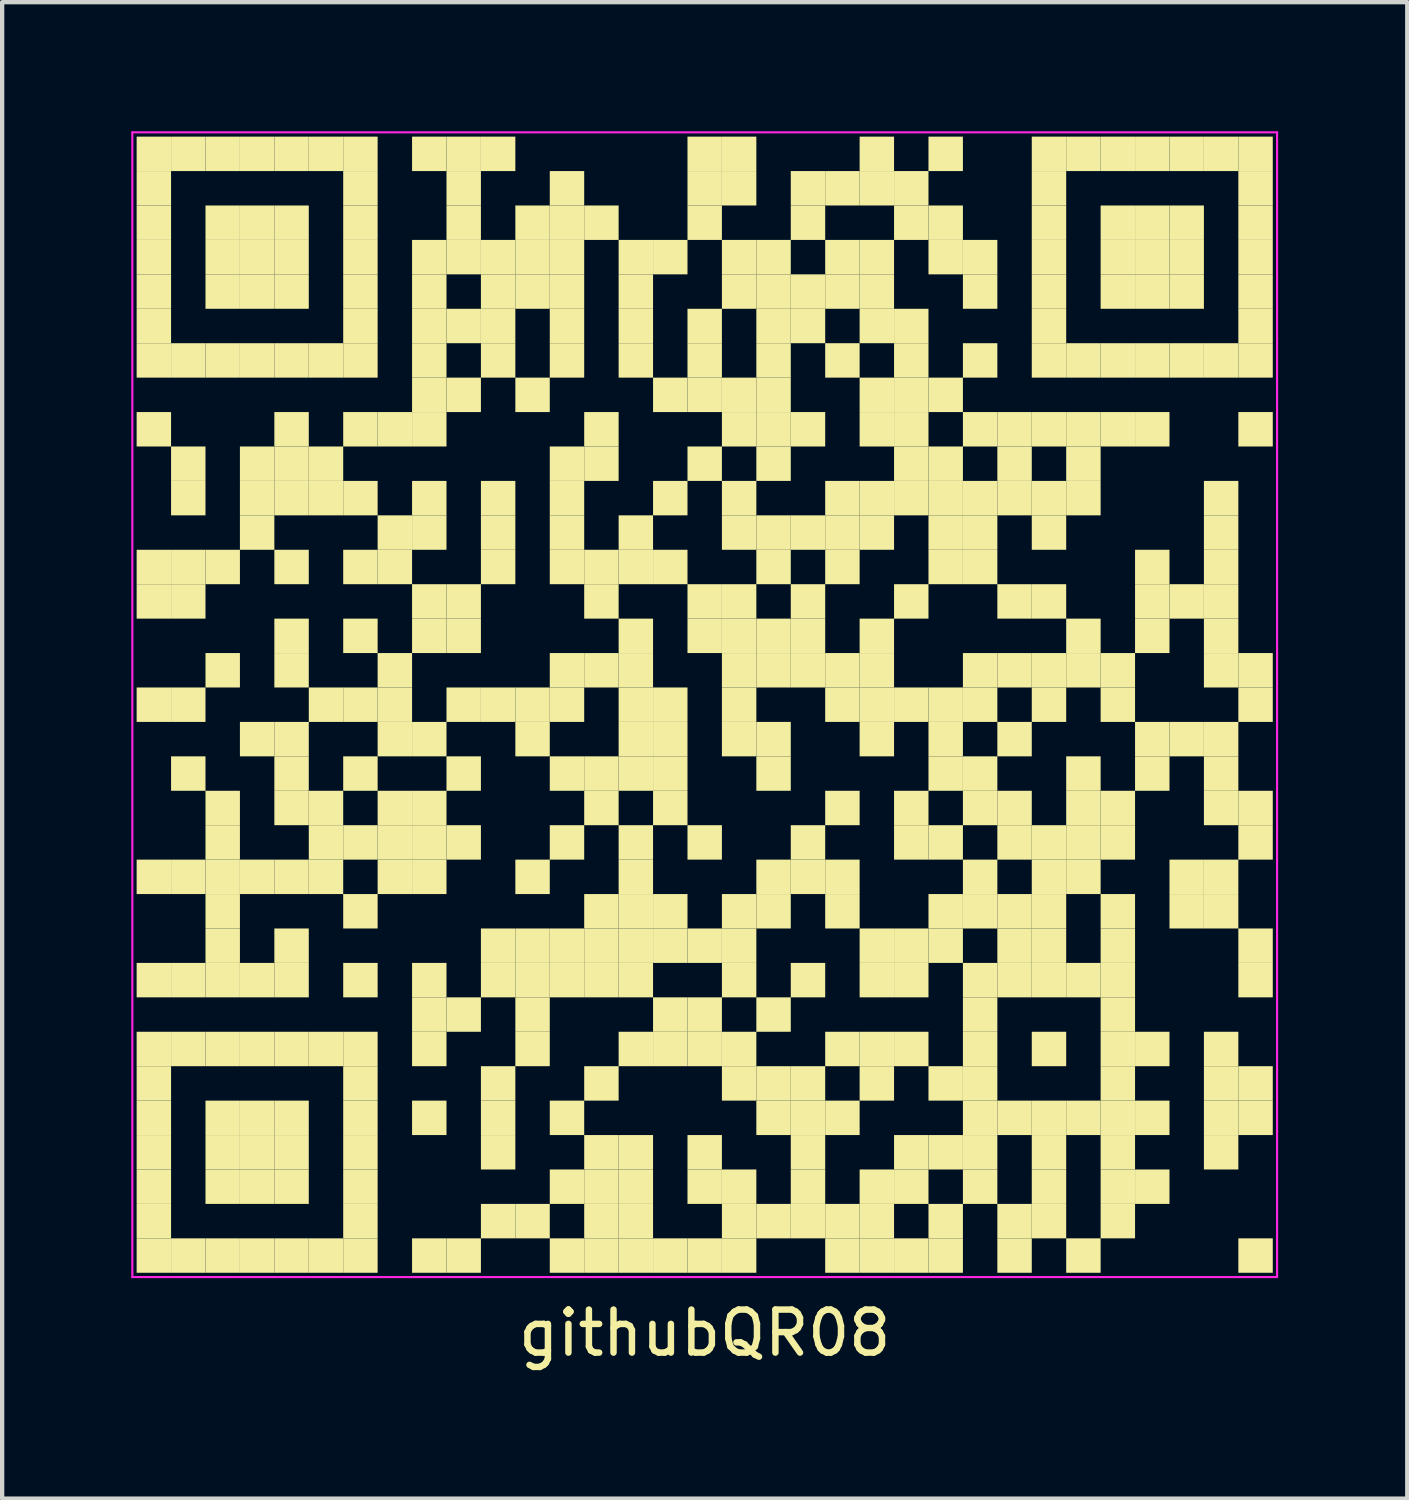
<source format=kicad_pcb>
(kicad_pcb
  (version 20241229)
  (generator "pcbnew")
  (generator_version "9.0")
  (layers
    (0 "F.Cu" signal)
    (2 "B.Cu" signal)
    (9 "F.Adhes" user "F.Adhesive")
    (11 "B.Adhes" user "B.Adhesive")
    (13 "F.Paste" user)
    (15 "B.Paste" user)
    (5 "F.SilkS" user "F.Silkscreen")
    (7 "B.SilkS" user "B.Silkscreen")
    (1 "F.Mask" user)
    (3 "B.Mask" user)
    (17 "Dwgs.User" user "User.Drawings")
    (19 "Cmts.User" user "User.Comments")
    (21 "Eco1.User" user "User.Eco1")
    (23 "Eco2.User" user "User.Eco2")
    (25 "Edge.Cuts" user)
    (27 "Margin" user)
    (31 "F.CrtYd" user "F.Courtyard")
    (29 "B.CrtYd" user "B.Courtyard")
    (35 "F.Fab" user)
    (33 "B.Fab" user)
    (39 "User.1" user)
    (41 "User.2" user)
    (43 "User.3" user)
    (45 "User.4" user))
  (footprint "githubQR08"
    (layer "F.Cu")
    (at 13.325 13.325)
    (property "Reference" "githubQR08" (at 0 14.6 0) (layer "F.SilkS") (effects (font (size 1 1) (thickness 0.15))))
    (attr through_hole)
    (fp_poly (pts (xy -12.4 -12.4) (xy -12.4 -13.2) (xy -13.2 -13.2) (xy -13.2 -12.4)) (stroke (width 0) (type solid)) (fill yes) (layer "F.SilkS"))
    (fp_poly (pts (xy -12.4 -11.6) (xy -12.4 -12.4) (xy -13.2 -12.4) (xy -13.2 -11.6)) (stroke (width 0) (type solid)) (fill yes) (layer "F.SilkS"))
    (fp_poly (pts (xy -12.4 -10.8) (xy -12.4 -11.6) (xy -13.2 -11.6) (xy -13.2 -10.8)) (stroke (width 0) (type solid)) (fill yes) (layer "F.SilkS"))
    (fp_poly (pts (xy -12.4 -10) (xy -12.4 -10.8) (xy -13.2 -10.8) (xy -13.2 -10)) (stroke (width 0) (type solid)) (fill yes) (layer "F.SilkS"))
    (fp_poly (pts (xy -12.4 -9.2) (xy -12.4 -10) (xy -13.2 -10) (xy -13.2 -9.2)) (stroke (width 0) (type solid)) (fill yes) (layer "F.SilkS"))
    (fp_poly (pts (xy -12.4 -8.4) (xy -12.4 -9.2) (xy -13.2 -9.2) (xy -13.2 -8.4)) (stroke (width 0) (type solid)) (fill yes) (layer "F.SilkS"))
    (fp_poly (pts (xy -12.4 -7.6) (xy -12.4 -8.4) (xy -13.2 -8.4) (xy -13.2 -7.6)) (stroke (width 0) (type solid)) (fill yes) (layer "F.SilkS"))
    (fp_poly (pts (xy -12.4 -6) (xy -12.4 -6.8) (xy -13.2 -6.8) (xy -13.2 -6)) (stroke (width 0) (type solid)) (fill yes) (layer "F.SilkS"))
    (fp_poly (pts (xy -12.4 -2.8) (xy -12.4 -3.6) (xy -13.2 -3.6) (xy -13.2 -2.8)) (stroke (width 0) (type solid)) (fill yes) (layer "F.SilkS"))
    (fp_poly (pts (xy -12.4 -2) (xy -12.4 -2.8) (xy -13.2 -2.8) (xy -13.2 -2)) (stroke (width 0) (type solid)) (fill yes) (layer "F.SilkS"))
    (fp_poly (pts (xy -12.4 0.4) (xy -12.4 -0.4) (xy -13.2 -0.4) (xy -13.2 0.4)) (stroke (width 0) (type solid)) (fill yes) (layer "F.SilkS"))
    (fp_poly (pts (xy -12.4 4.4) (xy -12.4 3.6) (xy -13.2 3.6) (xy -13.2 4.4)) (stroke (width 0) (type solid)) (fill yes) (layer "F.SilkS"))
    (fp_poly (pts (xy -12.4 6.8) (xy -12.4 6) (xy -13.2 6) (xy -13.2 6.8)) (stroke (width 0) (type solid)) (fill yes) (layer "F.SilkS"))
    (fp_poly (pts (xy -12.4 8.4) (xy -12.4 7.6) (xy -13.2 7.6) (xy -13.2 8.4)) (stroke (width 0) (type solid)) (fill yes) (layer "F.SilkS"))
    (fp_poly (pts (xy -12.4 9.2) (xy -12.4 8.4) (xy -13.2 8.4) (xy -13.2 9.2)) (stroke (width 0) (type solid)) (fill yes) (layer "F.SilkS"))
    (fp_poly (pts (xy -12.4 10) (xy -12.4 9.2) (xy -13.2 9.2) (xy -13.2 10)) (stroke (width 0) (type solid)) (fill yes) (layer "F.SilkS"))
    (fp_poly (pts (xy -12.4 10.8) (xy -12.4 10) (xy -13.2 10) (xy -13.2 10.8)) (stroke (width 0) (type solid)) (fill yes) (layer "F.SilkS"))
    (fp_poly (pts (xy -12.4 11.6) (xy -12.4 10.8) (xy -13.2 10.8) (xy -13.2 11.6)) (stroke (width 0) (type solid)) (fill yes) (layer "F.SilkS"))
    (fp_poly (pts (xy -12.4 12.4) (xy -12.4 11.6) (xy -13.2 11.6) (xy -13.2 12.4)) (stroke (width 0) (type solid)) (fill yes) (layer "F.SilkS"))
    (fp_poly (pts (xy -12.4 13.2) (xy -12.4 12.4) (xy -13.2 12.4) (xy -13.2 13.2)) (stroke (width 0) (type solid)) (fill yes) (layer "F.SilkS"))
    (fp_poly (pts (xy -11.6 -12.4) (xy -11.6 -13.2) (xy -12.4 -13.2) (xy -12.4 -12.4)) (stroke (width 0) (type solid)) (fill yes) (layer "F.SilkS"))
    (fp_poly (pts (xy -11.6 -7.6) (xy -11.6 -8.4) (xy -12.4 -8.4) (xy -12.4 -7.6)) (stroke (width 0) (type solid)) (fill yes) (layer "F.SilkS"))
    (fp_poly (pts (xy -11.6 -5.2) (xy -11.6 -6) (xy -12.4 -6) (xy -12.4 -5.2)) (stroke (width 0) (type solid)) (fill yes) (layer "F.SilkS"))
    (fp_poly (pts (xy -11.6 -4.4) (xy -11.6 -5.2) (xy -12.4 -5.2) (xy -12.4 -4.4)) (stroke (width 0) (type solid)) (fill yes) (layer "F.SilkS"))
    (fp_poly (pts (xy -11.6 -2.8) (xy -11.6 -3.6) (xy -12.4 -3.6) (xy -12.4 -2.8)) (stroke (width 0) (type solid)) (fill yes) (layer "F.SilkS"))
    (fp_poly (pts (xy -11.6 -2) (xy -11.6 -2.8) (xy -12.4 -2.8) (xy -12.4 -2)) (stroke (width 0) (type solid)) (fill yes) (layer "F.SilkS"))
    (fp_poly (pts (xy -11.6 0.4) (xy -11.6 -0.4) (xy -12.4 -0.4) (xy -12.4 0.4)) (stroke (width 0) (type solid)) (fill yes) (layer "F.SilkS"))
    (fp_poly (pts (xy -11.6 2) (xy -11.6 1.2) (xy -12.4 1.2) (xy -12.4 2)) (stroke (width 0) (type solid)) (fill yes) (layer "F.SilkS"))
    (fp_poly (pts (xy -11.6 4.4) (xy -11.6 3.6) (xy -12.4 3.6) (xy -12.4 4.4)) (stroke (width 0) (type solid)) (fill yes) (layer "F.SilkS"))
    (fp_poly (pts (xy -11.6 6.8) (xy -11.6 6) (xy -12.4 6) (xy -12.4 6.8)) (stroke (width 0) (type solid)) (fill yes) (layer "F.SilkS"))
    (fp_poly (pts (xy -11.6 8.4) (xy -11.6 7.6) (xy -12.4 7.6) (xy -12.4 8.4)) (stroke (width 0) (type solid)) (fill yes) (layer "F.SilkS"))
    (fp_poly (pts (xy -11.6 13.2) (xy -11.6 12.4) (xy -12.4 12.4) (xy -12.4 13.2)) (stroke (width 0) (type solid)) (fill yes) (layer "F.SilkS"))
    (fp_poly (pts (xy -10.8 -12.4) (xy -10.8 -13.2) (xy -11.6 -13.2) (xy -11.6 -12.4)) (stroke (width 0) (type solid)) (fill yes) (layer "F.SilkS"))
    (fp_poly (pts (xy -10.8 -10.8) (xy -10.8 -11.6) (xy -11.6 -11.6) (xy -11.6 -10.8)) (stroke (width 0) (type solid)) (fill yes) (layer "F.SilkS"))
    (fp_poly (pts (xy -10.8 -10) (xy -10.8 -10.8) (xy -11.6 -10.8) (xy -11.6 -10)) (stroke (width 0) (type solid)) (fill yes) (layer "F.SilkS"))
    (fp_poly (pts (xy -10.8 -9.2) (xy -10.8 -10) (xy -11.6 -10) (xy -11.6 -9.2)) (stroke (width 0) (type solid)) (fill yes) (layer "F.SilkS"))
    (fp_poly (pts (xy -10.8 -7.6) (xy -10.8 -8.4) (xy -11.6 -8.4) (xy -11.6 -7.6)) (stroke (width 0) (type solid)) (fill yes) (layer "F.SilkS"))
    (fp_poly (pts (xy -10.8 -2.8) (xy -10.8 -3.6) (xy -11.6 -3.6) (xy -11.6 -2.8)) (stroke (width 0) (type solid)) (fill yes) (layer "F.SilkS"))
    (fp_poly (pts (xy -10.8 -0.4) (xy -10.8 -1.2) (xy -11.6 -1.2) (xy -11.6 -0.4)) (stroke (width 0) (type solid)) (fill yes) (layer "F.SilkS"))
    (fp_poly (pts (xy -10.8 2.8) (xy -10.8 2) (xy -11.6 2) (xy -11.6 2.8)) (stroke (width 0) (type solid)) (fill yes) (layer "F.SilkS"))
    (fp_poly (pts (xy -10.8 3.6) (xy -10.8 2.8) (xy -11.6 2.8) (xy -11.6 3.6)) (stroke (width 0) (type solid)) (fill yes) (layer "F.SilkS"))
    (fp_poly (pts (xy -10.8 4.4) (xy -10.8 3.6) (xy -11.6 3.6) (xy -11.6 4.4)) (stroke (width 0) (type solid)) (fill yes) (layer "F.SilkS"))
    (fp_poly (pts (xy -10.8 5.2) (xy -10.8 4.4) (xy -11.6 4.4) (xy -11.6 5.2)) (stroke (width 0) (type solid)) (fill yes) (layer "F.SilkS"))
    (fp_poly (pts (xy -10.8 6) (xy -10.8 5.2) (xy -11.6 5.2) (xy -11.6 6)) (stroke (width 0) (type solid)) (fill yes) (layer "F.SilkS"))
    (fp_poly (pts (xy -10.8 6.8) (xy -10.8 6) (xy -11.6 6) (xy -11.6 6.8)) (stroke (width 0) (type solid)) (fill yes) (layer "F.SilkS"))
    (fp_poly (pts (xy -10.8 8.4) (xy -10.8 7.6) (xy -11.6 7.6) (xy -11.6 8.4)) (stroke (width 0) (type solid)) (fill yes) (layer "F.SilkS"))
    (fp_poly (pts (xy -10.8 10) (xy -10.8 9.2) (xy -11.6 9.2) (xy -11.6 10)) (stroke (width 0) (type solid)) (fill yes) (layer "F.SilkS"))
    (fp_poly (pts (xy -10.8 10.8) (xy -10.8 10) (xy -11.6 10) (xy -11.6 10.8)) (stroke (width 0) (type solid)) (fill yes) (layer "F.SilkS"))
    (fp_poly (pts (xy -10.8 11.6) (xy -10.8 10.8) (xy -11.6 10.8) (xy -11.6 11.6)) (stroke (width 0) (type solid)) (fill yes) (layer "F.SilkS"))
    (fp_poly (pts (xy -10.8 13.2) (xy -10.8 12.4) (xy -11.6 12.4) (xy -11.6 13.2)) (stroke (width 0) (type solid)) (fill yes) (layer "F.SilkS"))
    (fp_poly (pts (xy -10 -12.4) (xy -10 -13.2) (xy -10.8 -13.2) (xy -10.8 -12.4)) (stroke (width 0) (type solid)) (fill yes) (layer "F.SilkS"))
    (fp_poly (pts (xy -10 -10.8) (xy -10 -11.6) (xy -10.8 -11.6) (xy -10.8 -10.8)) (stroke (width 0) (type solid)) (fill yes) (layer "F.SilkS"))
    (fp_poly (pts (xy -10 -10) (xy -10 -10.8) (xy -10.8 -10.8) (xy -10.8 -10)) (stroke (width 0) (type solid)) (fill yes) (layer "F.SilkS"))
    (fp_poly (pts (xy -10 -9.2) (xy -10 -10) (xy -10.8 -10) (xy -10.8 -9.2)) (stroke (width 0) (type solid)) (fill yes) (layer "F.SilkS"))
    (fp_poly (pts (xy -10 -7.6) (xy -10 -8.4) (xy -10.8 -8.4) (xy -10.8 -7.6)) (stroke (width 0) (type solid)) (fill yes) (layer "F.SilkS"))
    (fp_poly (pts (xy -10 -5.2) (xy -10 -6) (xy -10.8 -6) (xy -10.8 -5.2)) (stroke (width 0) (type solid)) (fill yes) (layer "F.SilkS"))
    (fp_poly (pts (xy -10 -4.4) (xy -10 -5.2) (xy -10.8 -5.2) (xy -10.8 -4.4)) (stroke (width 0) (type solid)) (fill yes) (layer "F.SilkS"))
    (fp_poly (pts (xy -10 -3.6) (xy -10 -4.4) (xy -10.8 -4.4) (xy -10.8 -3.6)) (stroke (width 0) (type solid)) (fill yes) (layer "F.SilkS"))
    (fp_poly (pts (xy -10 1.2) (xy -10 0.4) (xy -10.8 0.4) (xy -10.8 1.2)) (stroke (width 0) (type solid)) (fill yes) (layer "F.SilkS"))
    (fp_poly (pts (xy -10 4.4) (xy -10 3.6) (xy -10.8 3.6) (xy -10.8 4.4)) (stroke (width 0) (type solid)) (fill yes) (layer "F.SilkS"))
    (fp_poly (pts (xy -10 6.8) (xy -10 6) (xy -10.8 6) (xy -10.8 6.8)) (stroke (width 0) (type solid)) (fill yes) (layer "F.SilkS"))
    (fp_poly (pts (xy -10 8.4) (xy -10 7.6) (xy -10.8 7.6) (xy -10.8 8.4)) (stroke (width 0) (type solid)) (fill yes) (layer "F.SilkS"))
    (fp_poly (pts (xy -10 10) (xy -10 9.2) (xy -10.8 9.2) (xy -10.8 10)) (stroke (width 0) (type solid)) (fill yes) (layer "F.SilkS"))
    (fp_poly (pts (xy -10 10.8) (xy -10 10) (xy -10.8 10) (xy -10.8 10.8)) (stroke (width 0) (type solid)) (fill yes) (layer "F.SilkS"))
    (fp_poly (pts (xy -10 11.6) (xy -10 10.8) (xy -10.8 10.8) (xy -10.8 11.6)) (stroke (width 0) (type solid)) (fill yes) (layer "F.SilkS"))
    (fp_poly (pts (xy -10 13.2) (xy -10 12.4) (xy -10.8 12.4) (xy -10.8 13.2)) (stroke (width 0) (type solid)) (fill yes) (layer "F.SilkS"))
    (fp_poly (pts (xy -9.2 -12.4) (xy -9.2 -13.2) (xy -10 -13.2) (xy -10 -12.4)) (stroke (width 0) (type solid)) (fill yes) (layer "F.SilkS"))
    (fp_poly (pts (xy -9.2 -10.8) (xy -9.2 -11.6) (xy -10 -11.6) (xy -10 -10.8)) (stroke (width 0) (type solid)) (fill yes) (layer "F.SilkS"))
    (fp_poly (pts (xy -9.2 -10) (xy -9.2 -10.8) (xy -10 -10.8) (xy -10 -10)) (stroke (width 0) (type solid)) (fill yes) (layer "F.SilkS"))
    (fp_poly (pts (xy -9.2 -9.2) (xy -9.2 -10) (xy -10 -10) (xy -10 -9.2)) (stroke (width 0) (type solid)) (fill yes) (layer "F.SilkS"))
    (fp_poly (pts (xy -9.2 -7.6) (xy -9.2 -8.4) (xy -10 -8.4) (xy -10 -7.6)) (stroke (width 0) (type solid)) (fill yes) (layer "F.SilkS"))
    (fp_poly (pts (xy -9.2 -6) (xy -9.2 -6.8) (xy -10 -6.8) (xy -10 -6)) (stroke (width 0) (type solid)) (fill yes) (layer "F.SilkS"))
    (fp_poly (pts (xy -9.2 -5.2) (xy -9.2 -6) (xy -10 -6) (xy -10 -5.2)) (stroke (width 0) (type solid)) (fill yes) (layer "F.SilkS"))
    (fp_poly (pts (xy -9.2 -4.4) (xy -9.2 -5.2) (xy -10 -5.2) (xy -10 -4.4)) (stroke (width 0) (type solid)) (fill yes) (layer "F.SilkS"))
    (fp_poly (pts (xy -9.2 -2.8) (xy -9.2 -3.6) (xy -10 -3.6) (xy -10 -2.8)) (stroke (width 0) (type solid)) (fill yes) (layer "F.SilkS"))
    (fp_poly (pts (xy -9.2 -1.2) (xy -9.2 -2) (xy -10 -2) (xy -10 -1.2)) (stroke (width 0) (type solid)) (fill yes) (layer "F.SilkS"))
    (fp_poly (pts (xy -9.2 -0.4) (xy -9.2 -1.2) (xy -10 -1.2) (xy -10 -0.4)) (stroke (width 0) (type solid)) (fill yes) (layer "F.SilkS"))
    (fp_poly (pts (xy -9.2 1.2) (xy -9.2 0.4) (xy -10 0.4) (xy -10 1.2)) (stroke (width 0) (type solid)) (fill yes) (layer "F.SilkS"))
    (fp_poly (pts (xy -9.2 2) (xy -9.2 1.2) (xy -10 1.2) (xy -10 2)) (stroke (width 0) (type solid)) (fill yes) (layer "F.SilkS"))
    (fp_poly (pts (xy -9.2 2.8) (xy -9.2 2) (xy -10 2) (xy -10 2.8)) (stroke (width 0) (type solid)) (fill yes) (layer "F.SilkS"))
    (fp_poly (pts (xy -9.2 4.4) (xy -9.2 3.6) (xy -10 3.6) (xy -10 4.4)) (stroke (width 0) (type solid)) (fill yes) (layer "F.SilkS"))
    (fp_poly (pts (xy -9.2 6) (xy -9.2 5.2) (xy -10 5.2) (xy -10 6)) (stroke (width 0) (type solid)) (fill yes) (layer "F.SilkS"))
    (fp_poly (pts (xy -9.2 6.8) (xy -9.2 6) (xy -10 6) (xy -10 6.8)) (stroke (width 0) (type solid)) (fill yes) (layer "F.SilkS"))
    (fp_poly (pts (xy -9.2 8.4) (xy -9.2 7.6) (xy -10 7.6) (xy -10 8.4)) (stroke (width 0) (type solid)) (fill yes) (layer "F.SilkS"))
    (fp_poly (pts (xy -9.2 10) (xy -9.2 9.2) (xy -10 9.2) (xy -10 10)) (stroke (width 0) (type solid)) (fill yes) (layer "F.SilkS"))
    (fp_poly (pts (xy -9.2 10.8) (xy -9.2 10) (xy -10 10) (xy -10 10.8)) (stroke (width 0) (type solid)) (fill yes) (layer "F.SilkS"))
    (fp_poly (pts (xy -9.2 11.6) (xy -9.2 10.8) (xy -10 10.8) (xy -10 11.6)) (stroke (width 0) (type solid)) (fill yes) (layer "F.SilkS"))
    (fp_poly (pts (xy -9.2 13.2) (xy -9.2 12.4) (xy -10 12.4) (xy -10 13.2)) (stroke (width 0) (type solid)) (fill yes) (layer "F.SilkS"))
    (fp_poly (pts (xy -8.4 -12.4) (xy -8.4 -13.2) (xy -9.2 -13.2) (xy -9.2 -12.4)) (stroke (width 0) (type solid)) (fill yes) (layer "F.SilkS"))
    (fp_poly (pts (xy -8.4 -7.6) (xy -8.4 -8.4) (xy -9.2 -8.4) (xy -9.2 -7.6)) (stroke (width 0) (type solid)) (fill yes) (layer "F.SilkS"))
    (fp_poly (pts (xy -8.4 -5.2) (xy -8.4 -6) (xy -9.2 -6) (xy -9.2 -5.2)) (stroke (width 0) (type solid)) (fill yes) (layer "F.SilkS"))
    (fp_poly (pts (xy -8.4 -4.4) (xy -8.4 -5.2) (xy -9.2 -5.2) (xy -9.2 -4.4)) (stroke (width 0) (type solid)) (fill yes) (layer "F.SilkS"))
    (fp_poly (pts (xy -8.4 0.4) (xy -8.4 -0.4) (xy -9.2 -0.4) (xy -9.2 0.4)) (stroke (width 0) (type solid)) (fill yes) (layer "F.SilkS"))
    (fp_poly (pts (xy -8.4 2.8) (xy -8.4 2) (xy -9.2 2) (xy -9.2 2.8)) (stroke (width 0) (type solid)) (fill yes) (layer "F.SilkS"))
    (fp_poly (pts (xy -8.4 3.6) (xy -8.4 2.8) (xy -9.2 2.8) (xy -9.2 3.6)) (stroke (width 0) (type solid)) (fill yes) (layer "F.SilkS"))
    (fp_poly (pts (xy -8.4 4.4) (xy -8.4 3.6) (xy -9.2 3.6) (xy -9.2 4.4)) (stroke (width 0) (type solid)) (fill yes) (layer "F.SilkS"))
    (fp_poly (pts (xy -8.4 8.4) (xy -8.4 7.6) (xy -9.2 7.6) (xy -9.2 8.4)) (stroke (width 0) (type solid)) (fill yes) (layer "F.SilkS"))
    (fp_poly (pts (xy -8.4 13.2) (xy -8.4 12.4) (xy -9.2 12.4) (xy -9.2 13.2)) (stroke (width 0) (type solid)) (fill yes) (layer "F.SilkS"))
    (fp_poly (pts (xy -7.6 -12.4) (xy -7.6 -13.2) (xy -8.4 -13.2) (xy -8.4 -12.4)) (stroke (width 0) (type solid)) (fill yes) (layer "F.SilkS"))
    (fp_poly (pts (xy -7.6 -11.6) (xy -7.6 -12.4) (xy -8.4 -12.4) (xy -8.4 -11.6)) (stroke (width 0) (type solid)) (fill yes) (layer "F.SilkS"))
    (fp_poly (pts (xy -7.6 -10.8) (xy -7.6 -11.6) (xy -8.4 -11.6) (xy -8.4 -10.8)) (stroke (width 0) (type solid)) (fill yes) (layer "F.SilkS"))
    (fp_poly (pts (xy -7.6 -10) (xy -7.6 -10.8) (xy -8.4 -10.8) (xy -8.4 -10)) (stroke (width 0) (type solid)) (fill yes) (layer "F.SilkS"))
    (fp_poly (pts (xy -7.6 -9.2) (xy -7.6 -10) (xy -8.4 -10) (xy -8.4 -9.2)) (stroke (width 0) (type solid)) (fill yes) (layer "F.SilkS"))
    (fp_poly (pts (xy -7.6 -8.4) (xy -7.6 -9.2) (xy -8.4 -9.2) (xy -8.4 -8.4)) (stroke (width 0) (type solid)) (fill yes) (layer "F.SilkS"))
    (fp_poly (pts (xy -7.6 -7.6) (xy -7.6 -8.4) (xy -8.4 -8.4) (xy -8.4 -7.6)) (stroke (width 0) (type solid)) (fill yes) (layer "F.SilkS"))
    (fp_poly (pts (xy -7.6 -6) (xy -7.6 -6.8) (xy -8.4 -6.8) (xy -8.4 -6)) (stroke (width 0) (type solid)) (fill yes) (layer "F.SilkS"))
    (fp_poly (pts (xy -7.6 -4.4) (xy -7.6 -5.2) (xy -8.4 -5.2) (xy -8.4 -4.4)) (stroke (width 0) (type solid)) (fill yes) (layer "F.SilkS"))
    (fp_poly (pts (xy -7.6 -2.8) (xy -7.6 -3.6) (xy -8.4 -3.6) (xy -8.4 -2.8)) (stroke (width 0) (type solid)) (fill yes) (layer "F.SilkS"))
    (fp_poly (pts (xy -7.6 -1.2) (xy -7.6 -2) (xy -8.4 -2) (xy -8.4 -1.2)) (stroke (width 0) (type solid)) (fill yes) (layer "F.SilkS"))
    (fp_poly (pts (xy -7.6 0.4) (xy -7.6 -0.4) (xy -8.4 -0.4) (xy -8.4 0.4)) (stroke (width 0) (type solid)) (fill yes) (layer "F.SilkS"))
    (fp_poly (pts (xy -7.6 2) (xy -7.6 1.2) (xy -8.4 1.2) (xy -8.4 2)) (stroke (width 0) (type solid)) (fill yes) (layer "F.SilkS"))
    (fp_poly (pts (xy -7.6 3.6) (xy -7.6 2.8) (xy -8.4 2.8) (xy -8.4 3.6)) (stroke (width 0) (type solid)) (fill yes) (layer "F.SilkS"))
    (fp_poly (pts (xy -7.6 5.2) (xy -7.6 4.4) (xy -8.4 4.4) (xy -8.4 5.2)) (stroke (width 0) (type solid)) (fill yes) (layer "F.SilkS"))
    (fp_poly (pts (xy -7.6 6.8) (xy -7.6 6) (xy -8.4 6) (xy -8.4 6.8)) (stroke (width 0) (type solid)) (fill yes) (layer "F.SilkS"))
    (fp_poly (pts (xy -7.6 8.4) (xy -7.6 7.6) (xy -8.4 7.6) (xy -8.4 8.4)) (stroke (width 0) (type solid)) (fill yes) (layer "F.SilkS"))
    (fp_poly (pts (xy -7.6 9.2) (xy -7.6 8.4) (xy -8.4 8.4) (xy -8.4 9.2)) (stroke (width 0) (type solid)) (fill yes) (layer "F.SilkS"))
    (fp_poly (pts (xy -7.6 10) (xy -7.6 9.2) (xy -8.4 9.2) (xy -8.4 10)) (stroke (width 0) (type solid)) (fill yes) (layer "F.SilkS"))
    (fp_poly (pts (xy -7.6 10.8) (xy -7.6 10) (xy -8.4 10) (xy -8.4 10.8)) (stroke (width 0) (type solid)) (fill yes) (layer "F.SilkS"))
    (fp_poly (pts (xy -7.6 11.6) (xy -7.6 10.8) (xy -8.4 10.8) (xy -8.4 11.6)) (stroke (width 0) (type solid)) (fill yes) (layer "F.SilkS"))
    (fp_poly (pts (xy -7.6 12.4) (xy -7.6 11.6) (xy -8.4 11.6) (xy -8.4 12.4)) (stroke (width 0) (type solid)) (fill yes) (layer "F.SilkS"))
    (fp_poly (pts (xy -7.6 13.2) (xy -7.6 12.4) (xy -8.4 12.4) (xy -8.4 13.2)) (stroke (width 0) (type solid)) (fill yes) (layer "F.SilkS"))
    (fp_poly (pts (xy -6.8 -6) (xy -6.8 -6.8) (xy -7.6 -6.8) (xy -7.6 -6)) (stroke (width 0) (type solid)) (fill yes) (layer "F.SilkS"))
    (fp_poly (pts (xy -6.8 -3.6) (xy -6.8 -4.4) (xy -7.6 -4.4) (xy -7.6 -3.6)) (stroke (width 0) (type solid)) (fill yes) (layer "F.SilkS"))
    (fp_poly (pts (xy -6.8 -2.8) (xy -6.8 -3.6) (xy -7.6 -3.6) (xy -7.6 -2.8)) (stroke (width 0) (type solid)) (fill yes) (layer "F.SilkS"))
    (fp_poly (pts (xy -6.8 -0.4) (xy -6.8 -1.2) (xy -7.6 -1.2) (xy -7.6 -0.4)) (stroke (width 0) (type solid)) (fill yes) (layer "F.SilkS"))
    (fp_poly (pts (xy -6.8 0.4) (xy -6.8 -0.4) (xy -7.6 -0.4) (xy -7.6 0.4)) (stroke (width 0) (type solid)) (fill yes) (layer "F.SilkS"))
    (fp_poly (pts (xy -6.8 1.2) (xy -6.8 0.4) (xy -7.6 0.4) (xy -7.6 1.2)) (stroke (width 0) (type solid)) (fill yes) (layer "F.SilkS"))
    (fp_poly (pts (xy -6.8 2.8) (xy -6.8 2) (xy -7.6 2) (xy -7.6 2.8)) (stroke (width 0) (type solid)) (fill yes) (layer "F.SilkS"))
    (fp_poly (pts (xy -6.8 3.6) (xy -6.8 2.8) (xy -7.6 2.8) (xy -7.6 3.6)) (stroke (width 0) (type solid)) (fill yes) (layer "F.SilkS"))
    (fp_poly (pts (xy -6.8 4.4) (xy -6.8 3.6) (xy -7.6 3.6) (xy -7.6 4.4)) (stroke (width 0) (type solid)) (fill yes) (layer "F.SilkS"))
    (fp_poly (pts (xy -6 -12.4) (xy -6 -13.2) (xy -6.8 -13.2) (xy -6.8 -12.4)) (stroke (width 0) (type solid)) (fill yes) (layer "F.SilkS"))
    (fp_poly (pts (xy -6 -10) (xy -6 -10.8) (xy -6.8 -10.8) (xy -6.8 -10)) (stroke (width 0) (type solid)) (fill yes) (layer "F.SilkS"))
    (fp_poly (pts (xy -6 -9.2) (xy -6 -10) (xy -6.8 -10) (xy -6.8 -9.2)) (stroke (width 0) (type solid)) (fill yes) (layer "F.SilkS"))
    (fp_poly (pts (xy -6 -8.4) (xy -6 -9.2) (xy -6.8 -9.2) (xy -6.8 -8.4)) (stroke (width 0) (type solid)) (fill yes) (layer "F.SilkS"))
    (fp_poly (pts (xy -6 -7.6) (xy -6 -8.4) (xy -6.8 -8.4) (xy -6.8 -7.6)) (stroke (width 0) (type solid)) (fill yes) (layer "F.SilkS"))
    (fp_poly (pts (xy -6 -6.8) (xy -6 -7.6) (xy -6.8 -7.6) (xy -6.8 -6.8)) (stroke (width 0) (type solid)) (fill yes) (layer "F.SilkS"))
    (fp_poly (pts (xy -6 -6) (xy -6 -6.8) (xy -6.8 -6.8) (xy -6.8 -6)) (stroke (width 0) (type solid)) (fill yes) (layer "F.SilkS"))
    (fp_poly (pts (xy -6 -4.4) (xy -6 -5.2) (xy -6.8 -5.2) (xy -6.8 -4.4)) (stroke (width 0) (type solid)) (fill yes) (layer "F.SilkS"))
    (fp_poly (pts (xy -6 -3.6) (xy -6 -4.4) (xy -6.8 -4.4) (xy -6.8 -3.6)) (stroke (width 0) (type solid)) (fill yes) (layer "F.SilkS"))
    (fp_poly (pts (xy -6 -2) (xy -6 -2.8) (xy -6.8 -2.8) (xy -6.8 -2)) (stroke (width 0) (type solid)) (fill yes) (layer "F.SilkS"))
    (fp_poly (pts (xy -6 -1.2) (xy -6 -2) (xy -6.8 -2) (xy -6.8 -1.2)) (stroke (width 0) (type solid)) (fill yes) (layer "F.SilkS"))
    (fp_poly (pts (xy -6 1.2) (xy -6 0.4) (xy -6.8 0.4) (xy -6.8 1.2)) (stroke (width 0) (type solid)) (fill yes) (layer "F.SilkS"))
    (fp_poly (pts (xy -6 2.8) (xy -6 2) (xy -6.8 2) (xy -6.8 2.8)) (stroke (width 0) (type solid)) (fill yes) (layer "F.SilkS"))
    (fp_poly (pts (xy -6 3.6) (xy -6 2.8) (xy -6.8 2.8) (xy -6.8 3.6)) (stroke (width 0) (type solid)) (fill yes) (layer "F.SilkS"))
    (fp_poly (pts (xy -6 4.4) (xy -6 3.6) (xy -6.8 3.6) (xy -6.8 4.4)) (stroke (width 0) (type solid)) (fill yes) (layer "F.SilkS"))
    (fp_poly (pts (xy -6 6.8) (xy -6 6) (xy -6.8 6) (xy -6.8 6.8)) (stroke (width 0) (type solid)) (fill yes) (layer "F.SilkS"))
    (fp_poly (pts (xy -6 7.6) (xy -6 6.8) (xy -6.8 6.8) (xy -6.8 7.6)) (stroke (width 0) (type solid)) (fill yes) (layer "F.SilkS"))
    (fp_poly (pts (xy -6 8.4) (xy -6 7.6) (xy -6.8 7.6) (xy -6.8 8.4)) (stroke (width 0) (type solid)) (fill yes) (layer "F.SilkS"))
    (fp_poly (pts (xy -6 10) (xy -6 9.2) (xy -6.8 9.2) (xy -6.8 10)) (stroke (width 0) (type solid)) (fill yes) (layer "F.SilkS"))
    (fp_poly (pts (xy -6 13.2) (xy -6 12.4) (xy -6.8 12.4) (xy -6.8 13.2)) (stroke (width 0) (type solid)) (fill yes) (layer "F.SilkS"))
    (fp_poly (pts (xy -5.2 -12.4) (xy -5.2 -13.2) (xy -6 -13.2) (xy -6 -12.4)) (stroke (width 0) (type solid)) (fill yes) (layer "F.SilkS"))
    (fp_poly (pts (xy -5.2 -11.6) (xy -5.2 -12.4) (xy -6 -12.4) (xy -6 -11.6)) (stroke (width 0) (type solid)) (fill yes) (layer "F.SilkS"))
    (fp_poly (pts (xy -5.2 -10.8) (xy -5.2 -11.6) (xy -6 -11.6) (xy -6 -10.8)) (stroke (width 0) (type solid)) (fill yes) (layer "F.SilkS"))
    (fp_poly (pts (xy -5.2 -10) (xy -5.2 -10.8) (xy -6 -10.8) (xy -6 -10)) (stroke (width 0) (type solid)) (fill yes) (layer "F.SilkS"))
    (fp_poly (pts (xy -5.2 -8.4) (xy -5.2 -9.2) (xy -6 -9.2) (xy -6 -8.4)) (stroke (width 0) (type solid)) (fill yes) (layer "F.SilkS"))
    (fp_poly (pts (xy -5.2 -6.8) (xy -5.2 -7.6) (xy -6 -7.6) (xy -6 -6.8)) (stroke (width 0) (type solid)) (fill yes) (layer "F.SilkS"))
    (fp_poly (pts (xy -5.2 -2) (xy -5.2 -2.8) (xy -6 -2.8) (xy -6 -2)) (stroke (width 0) (type solid)) (fill yes) (layer "F.SilkS"))
    (fp_poly (pts (xy -5.2 -1.2) (xy -5.2 -2) (xy -6 -2) (xy -6 -1.2)) (stroke (width 0) (type solid)) (fill yes) (layer "F.SilkS"))
    (fp_poly (pts (xy -5.2 0.4) (xy -5.2 -0.4) (xy -6 -0.4) (xy -6 0.4)) (stroke (width 0) (type solid)) (fill yes) (layer "F.SilkS"))
    (fp_poly (pts (xy -5.2 2) (xy -5.2 1.2) (xy -6 1.2) (xy -6 2)) (stroke (width 0) (type solid)) (fill yes) (layer "F.SilkS"))
    (fp_poly (pts (xy -5.2 3.6) (xy -5.2 2.8) (xy -6 2.8) (xy -6 3.6)) (stroke (width 0) (type solid)) (fill yes) (layer "F.SilkS"))
    (fp_poly (pts (xy -5.2 7.6) (xy -5.2 6.8) (xy -6 6.8) (xy -6 7.6)) (stroke (width 0) (type solid)) (fill yes) (layer "F.SilkS"))
    (fp_poly (pts (xy -5.2 13.2) (xy -5.2 12.4) (xy -6 12.4) (xy -6 13.2)) (stroke (width 0) (type solid)) (fill yes) (layer "F.SilkS"))
    (fp_poly (pts (xy -4.4 -12.4) (xy -4.4 -13.2) (xy -5.2 -13.2) (xy -5.2 -12.4)) (stroke (width 0) (type solid)) (fill yes) (layer "F.SilkS"))
    (fp_poly (pts (xy -4.4 -10) (xy -4.4 -10.8) (xy -5.2 -10.8) (xy -5.2 -10)) (stroke (width 0) (type solid)) (fill yes) (layer "F.SilkS"))
    (fp_poly (pts (xy -4.4 -9.2) (xy -4.4 -10) (xy -5.2 -10) (xy -5.2 -9.2)) (stroke (width 0) (type solid)) (fill yes) (layer "F.SilkS"))
    (fp_poly (pts (xy -4.4 -8.4) (xy -4.4 -9.2) (xy -5.2 -9.2) (xy -5.2 -8.4)) (stroke (width 0) (type solid)) (fill yes) (layer "F.SilkS"))
    (fp_poly (pts (xy -4.4 -7.6) (xy -4.4 -8.4) (xy -5.2 -8.4) (xy -5.2 -7.6)) (stroke (width 0) (type solid)) (fill yes) (layer "F.SilkS"))
    (fp_poly (pts (xy -4.4 -4.4) (xy -4.4 -5.2) (xy -5.2 -5.2) (xy -5.2 -4.4)) (stroke (width 0) (type solid)) (fill yes) (layer "F.SilkS"))
    (fp_poly (pts (xy -4.4 -3.6) (xy -4.4 -4.4) (xy -5.2 -4.4) (xy -5.2 -3.6)) (stroke (width 0) (type solid)) (fill yes) (layer "F.SilkS"))
    (fp_poly (pts (xy -4.4 -2.8) (xy -4.4 -3.6) (xy -5.2 -3.6) (xy -5.2 -2.8)) (stroke (width 0) (type solid)) (fill yes) (layer "F.SilkS"))
    (fp_poly (pts (xy -4.4 0.4) (xy -4.4 -0.4) (xy -5.2 -0.4) (xy -5.2 0.4)) (stroke (width 0) (type solid)) (fill yes) (layer "F.SilkS"))
    (fp_poly (pts (xy -4.4 6) (xy -4.4 5.2) (xy -5.2 5.2) (xy -5.2 6)) (stroke (width 0) (type solid)) (fill yes) (layer "F.SilkS"))
    (fp_poly (pts (xy -4.4 6.8) (xy -4.4 6) (xy -5.2 6) (xy -5.2 6.8)) (stroke (width 0) (type solid)) (fill yes) (layer "F.SilkS"))
    (fp_poly (pts (xy -4.4 9.2) (xy -4.4 8.4) (xy -5.2 8.4) (xy -5.2 9.2)) (stroke (width 0) (type solid)) (fill yes) (layer "F.SilkS"))
    (fp_poly (pts (xy -4.4 10) (xy -4.4 9.2) (xy -5.2 9.2) (xy -5.2 10)) (stroke (width 0) (type solid)) (fill yes) (layer "F.SilkS"))
    (fp_poly (pts (xy -4.4 10.8) (xy -4.4 10) (xy -5.2 10) (xy -5.2 10.8)) (stroke (width 0) (type solid)) (fill yes) (layer "F.SilkS"))
    (fp_poly (pts (xy -4.4 12.4) (xy -4.4 11.6) (xy -5.2 11.6) (xy -5.2 12.4)) (stroke (width 0) (type solid)) (fill yes) (layer "F.SilkS"))
    (fp_poly (pts (xy -3.6 -10.8) (xy -3.6 -11.6) (xy -4.4 -11.6) (xy -4.4 -10.8)) (stroke (width 0) (type solid)) (fill yes) (layer "F.SilkS"))
    (fp_poly (pts (xy -3.6 -10) (xy -3.6 -10.8) (xy -4.4 -10.8) (xy -4.4 -10)) (stroke (width 0) (type solid)) (fill yes) (layer "F.SilkS"))
    (fp_poly (pts (xy -3.6 -9.2) (xy -3.6 -10) (xy -4.4 -10) (xy -4.4 -9.2)) (stroke (width 0) (type solid)) (fill yes) (layer "F.SilkS"))
    (fp_poly (pts (xy -3.6 -6.8) (xy -3.6 -7.6) (xy -4.4 -7.6) (xy -4.4 -6.8)) (stroke (width 0) (type solid)) (fill yes) (layer "F.SilkS"))
    (fp_poly (pts (xy -3.6 0.4) (xy -3.6 -0.4) (xy -4.4 -0.4) (xy -4.4 0.4)) (stroke (width 0) (type solid)) (fill yes) (layer "F.SilkS"))
    (fp_poly (pts (xy -3.6 1.2) (xy -3.6 0.4) (xy -4.4 0.4) (xy -4.4 1.2)) (stroke (width 0) (type solid)) (fill yes) (layer "F.SilkS"))
    (fp_poly (pts (xy -3.6 4.4) (xy -3.6 3.6) (xy -4.4 3.6) (xy -4.4 4.4)) (stroke (width 0) (type solid)) (fill yes) (layer "F.SilkS"))
    (fp_poly (pts (xy -3.6 6) (xy -3.6 5.2) (xy -4.4 5.2) (xy -4.4 6)) (stroke (width 0) (type solid)) (fill yes) (layer "F.SilkS"))
    (fp_poly (pts (xy -3.6 6.8) (xy -3.6 6) (xy -4.4 6) (xy -4.4 6.8)) (stroke (width 0) (type solid)) (fill yes) (layer "F.SilkS"))
    (fp_poly (pts (xy -3.6 7.6) (xy -3.6 6.8) (xy -4.4 6.8) (xy -4.4 7.6)) (stroke (width 0) (type solid)) (fill yes) (layer "F.SilkS"))
    (fp_poly (pts (xy -3.6 8.4) (xy -3.6 7.6) (xy -4.4 7.6) (xy -4.4 8.4)) (stroke (width 0) (type solid)) (fill yes) (layer "F.SilkS"))
    (fp_poly (pts (xy -3.6 12.4) (xy -3.6 11.6) (xy -4.4 11.6) (xy -4.4 12.4)) (stroke (width 0) (type solid)) (fill yes) (layer "F.SilkS"))
    (fp_poly (pts (xy -2.8 -11.6) (xy -2.8 -12.4) (xy -3.6 -12.4) (xy -3.6 -11.6)) (stroke (width 0) (type solid)) (fill yes) (layer "F.SilkS"))
    (fp_poly (pts (xy -2.8 -10.8) (xy -2.8 -11.6) (xy -3.6 -11.6) (xy -3.6 -10.8)) (stroke (width 0) (type solid)) (fill yes) (layer "F.SilkS"))
    (fp_poly (pts (xy -2.8 -10) (xy -2.8 -10.8) (xy -3.6 -10.8) (xy -3.6 -10)) (stroke (width 0) (type solid)) (fill yes) (layer "F.SilkS"))
    (fp_poly (pts (xy -2.8 -9.2) (xy -2.8 -10) (xy -3.6 -10) (xy -3.6 -9.2)) (stroke (width 0) (type solid)) (fill yes) (layer "F.SilkS"))
    (fp_poly (pts (xy -2.8 -8.4) (xy -2.8 -9.2) (xy -3.6 -9.2) (xy -3.6 -8.4)) (stroke (width 0) (type solid)) (fill yes) (layer "F.SilkS"))
    (fp_poly (pts (xy -2.8 -7.6) (xy -2.8 -8.4) (xy -3.6 -8.4) (xy -3.6 -7.6)) (stroke (width 0) (type solid)) (fill yes) (layer "F.SilkS"))
    (fp_poly (pts (xy -2.8 -5.2) (xy -2.8 -6) (xy -3.6 -6) (xy -3.6 -5.2)) (stroke (width 0) (type solid)) (fill yes) (layer "F.SilkS"))
    (fp_poly (pts (xy -2.8 -4.4) (xy -2.8 -5.2) (xy -3.6 -5.2) (xy -3.6 -4.4)) (stroke (width 0) (type solid)) (fill yes) (layer "F.SilkS"))
    (fp_poly (pts (xy -2.8 -3.6) (xy -2.8 -4.4) (xy -3.6 -4.4) (xy -3.6 -3.6)) (stroke (width 0) (type solid)) (fill yes) (layer "F.SilkS"))
    (fp_poly (pts (xy -2.8 -2.8) (xy -2.8 -3.6) (xy -3.6 -3.6) (xy -3.6 -2.8)) (stroke (width 0) (type solid)) (fill yes) (layer "F.SilkS"))
    (fp_poly (pts (xy -2.8 -0.4) (xy -2.8 -1.2) (xy -3.6 -1.2) (xy -3.6 -0.4)) (stroke (width 0) (type solid)) (fill yes) (layer "F.SilkS"))
    (fp_poly (pts (xy -2.8 0.4) (xy -2.8 -0.4) (xy -3.6 -0.4) (xy -3.6 0.4)) (stroke (width 0) (type solid)) (fill yes) (layer "F.SilkS"))
    (fp_poly (pts (xy -2.8 2) (xy -2.8 1.2) (xy -3.6 1.2) (xy -3.6 2)) (stroke (width 0) (type solid)) (fill yes) (layer "F.SilkS"))
    (fp_poly (pts (xy -2.8 3.6) (xy -2.8 2.8) (xy -3.6 2.8) (xy -3.6 3.6)) (stroke (width 0) (type solid)) (fill yes) (layer "F.SilkS"))
    (fp_poly (pts (xy -2.8 6) (xy -2.8 5.2) (xy -3.6 5.2) (xy -3.6 6)) (stroke (width 0) (type solid)) (fill yes) (layer "F.SilkS"))
    (fp_poly (pts (xy -2.8 6.8) (xy -2.8 6) (xy -3.6 6) (xy -3.6 6.8)) (stroke (width 0) (type solid)) (fill yes) (layer "F.SilkS"))
    (fp_poly (pts (xy -2.8 10) (xy -2.8 9.2) (xy -3.6 9.2) (xy -3.6 10)) (stroke (width 0) (type solid)) (fill yes) (layer "F.SilkS"))
    (fp_poly (pts (xy -2.8 11.6) (xy -2.8 10.8) (xy -3.6 10.8) (xy -3.6 11.6)) (stroke (width 0) (type solid)) (fill yes) (layer "F.SilkS"))
    (fp_poly (pts (xy -2.8 13.2) (xy -2.8 12.4) (xy -3.6 12.4) (xy -3.6 13.2)) (stroke (width 0) (type solid)) (fill yes) (layer "F.SilkS"))
    (fp_poly (pts (xy -2 -10.8) (xy -2 -11.6) (xy -2.8 -11.6) (xy -2.8 -10.8)) (stroke (width 0) (type solid)) (fill yes) (layer "F.SilkS"))
    (fp_poly (pts (xy -2 -6) (xy -2 -6.8) (xy -2.8 -6.8) (xy -2.8 -6)) (stroke (width 0) (type solid)) (fill yes) (layer "F.SilkS"))
    (fp_poly (pts (xy -2 -5.2) (xy -2 -6) (xy -2.8 -6) (xy -2.8 -5.2)) (stroke (width 0) (type solid)) (fill yes) (layer "F.SilkS"))
    (fp_poly (pts (xy -2 -2.8) (xy -2 -3.6) (xy -2.8 -3.6) (xy -2.8 -2.8)) (stroke (width 0) (type solid)) (fill yes) (layer "F.SilkS"))
    (fp_poly (pts (xy -2 -2) (xy -2 -2.8) (xy -2.8 -2.8) (xy -2.8 -2)) (stroke (width 0) (type solid)) (fill yes) (layer "F.SilkS"))
    (fp_poly (pts (xy -2 -0.4) (xy -2 -1.2) (xy -2.8 -1.2) (xy -2.8 -0.4)) (stroke (width 0) (type solid)) (fill yes) (layer "F.SilkS"))
    (fp_poly (pts (xy -2 2) (xy -2 1.2) (xy -2.8 1.2) (xy -2.8 2)) (stroke (width 0) (type solid)) (fill yes) (layer "F.SilkS"))
    (fp_poly (pts (xy -2 2.8) (xy -2 2) (xy -2.8 2) (xy -2.8 2.8)) (stroke (width 0) (type solid)) (fill yes) (layer "F.SilkS"))
    (fp_poly (pts (xy -2 5.2) (xy -2 4.4) (xy -2.8 4.4) (xy -2.8 5.2)) (stroke (width 0) (type solid)) (fill yes) (layer "F.SilkS"))
    (fp_poly (pts (xy -2 6) (xy -2 5.2) (xy -2.8 5.2) (xy -2.8 6)) (stroke (width 0) (type solid)) (fill yes) (layer "F.SilkS"))
    (fp_poly (pts (xy -2 6.8) (xy -2 6) (xy -2.8 6) (xy -2.8 6.8)) (stroke (width 0) (type solid)) (fill yes) (layer "F.SilkS"))
    (fp_poly (pts (xy -2 9.2) (xy -2 8.4) (xy -2.8 8.4) (xy -2.8 9.2)) (stroke (width 0) (type solid)) (fill yes) (layer "F.SilkS"))
    (fp_poly (pts (xy -2 10.8) (xy -2 10) (xy -2.8 10) (xy -2.8 10.8)) (stroke (width 0) (type solid)) (fill yes) (layer "F.SilkS"))
    (fp_poly (pts (xy -2 11.6) (xy -2 10.8) (xy -2.8 10.8) (xy -2.8 11.6)) (stroke (width 0) (type solid)) (fill yes) (layer "F.SilkS"))
    (fp_poly (pts (xy -2 12.4) (xy -2 11.6) (xy -2.8 11.6) (xy -2.8 12.4)) (stroke (width 0) (type solid)) (fill yes) (layer "F.SilkS"))
    (fp_poly (pts (xy -2 13.2) (xy -2 12.4) (xy -2.8 12.4) (xy -2.8 13.2)) (stroke (width 0) (type solid)) (fill yes) (layer "F.SilkS"))
    (fp_poly (pts (xy -1.2 -10) (xy -1.2 -10.8) (xy -2 -10.8) (xy -2 -10)) (stroke (width 0) (type solid)) (fill yes) (layer "F.SilkS"))
    (fp_poly (pts (xy -1.2 -9.2) (xy -1.2 -10) (xy -2 -10) (xy -2 -9.2)) (stroke (width 0) (type solid)) (fill yes) (layer "F.SilkS"))
    (fp_poly (pts (xy -1.2 -8.4) (xy -1.2 -9.2) (xy -2 -9.2) (xy -2 -8.4)) (stroke (width 0) (type solid)) (fill yes) (layer "F.SilkS"))
    (fp_poly (pts (xy -1.2 -7.6) (xy -1.2 -8.4) (xy -2 -8.4) (xy -2 -7.6)) (stroke (width 0) (type solid)) (fill yes) (layer "F.SilkS"))
    (fp_poly (pts (xy -1.2 -3.6) (xy -1.2 -4.4) (xy -2 -4.4) (xy -2 -3.6)) (stroke (width 0) (type solid)) (fill yes) (layer "F.SilkS"))
    (fp_poly (pts (xy -1.2 -2.8) (xy -1.2 -3.6) (xy -2 -3.6) (xy -2 -2.8)) (stroke (width 0) (type solid)) (fill yes) (layer "F.SilkS"))
    (fp_poly (pts (xy -1.2 -1.2) (xy -1.2 -2) (xy -2 -2) (xy -2 -1.2)) (stroke (width 0) (type solid)) (fill yes) (layer "F.SilkS"))
    (fp_poly (pts (xy -1.2 -0.4) (xy -1.2 -1.2) (xy -2 -1.2) (xy -2 -0.4)) (stroke (width 0) (type solid)) (fill yes) (layer "F.SilkS"))
    (fp_poly (pts (xy -1.2 0.4) (xy -1.2 -0.4) (xy -2 -0.4) (xy -2 0.4)) (stroke (width 0) (type solid)) (fill yes) (layer "F.SilkS"))
    (fp_poly (pts (xy -1.2 1.2) (xy -1.2 0.4) (xy -2 0.4) (xy -2 1.2)) (stroke (width 0) (type solid)) (fill yes) (layer "F.SilkS"))
    (fp_poly (pts (xy -1.2 2) (xy -1.2 1.2) (xy -2 1.2) (xy -2 2)) (stroke (width 0) (type solid)) (fill yes) (layer "F.SilkS"))
    (fp_poly (pts (xy -1.2 3.6) (xy -1.2 2.8) (xy -2 2.8) (xy -2 3.6)) (stroke (width 0) (type solid)) (fill yes) (layer "F.SilkS"))
    (fp_poly (pts (xy -1.2 4.4) (xy -1.2 3.6) (xy -2 3.6) (xy -2 4.4)) (stroke (width 0) (type solid)) (fill yes) (layer "F.SilkS"))
    (fp_poly (pts (xy -1.2 5.2) (xy -1.2 4.4) (xy -2 4.4) (xy -2 5.2)) (stroke (width 0) (type solid)) (fill yes) (layer "F.SilkS"))
    (fp_poly (pts (xy -1.2 6) (xy -1.2 5.2) (xy -2 5.2) (xy -2 6)) (stroke (width 0) (type solid)) (fill yes) (layer "F.SilkS"))
    (fp_poly (pts (xy -1.2 6.8) (xy -1.2 6) (xy -2 6) (xy -2 6.8)) (stroke (width 0) (type solid)) (fill yes) (layer "F.SilkS"))
    (fp_poly (pts (xy -1.2 8.4) (xy -1.2 7.6) (xy -2 7.6) (xy -2 8.4)) (stroke (width 0) (type solid)) (fill yes) (layer "F.SilkS"))
    (fp_poly (pts (xy -1.2 10.8) (xy -1.2 10) (xy -2 10) (xy -2 10.8)) (stroke (width 0) (type solid)) (fill yes) (layer "F.SilkS"))
    (fp_poly (pts (xy -1.2 11.6) (xy -1.2 10.8) (xy -2 10.8) (xy -2 11.6)) (stroke (width 0) (type solid)) (fill yes) (layer "F.SilkS"))
    (fp_poly (pts (xy -1.2 12.4) (xy -1.2 11.6) (xy -2 11.6) (xy -2 12.4)) (stroke (width 0) (type solid)) (fill yes) (layer "F.SilkS"))
    (fp_poly (pts (xy -1.2 13.2) (xy -1.2 12.4) (xy -2 12.4) (xy -2 13.2)) (stroke (width 0) (type solid)) (fill yes) (layer "F.SilkS"))
    (fp_poly (pts (xy -0.4 -10) (xy -0.4 -10.8) (xy -1.2 -10.8) (xy -1.2 -10)) (stroke (width 0) (type solid)) (fill yes) (layer "F.SilkS"))
    (fp_poly (pts (xy -0.4 -6.8) (xy -0.4 -7.6) (xy -1.2 -7.6) (xy -1.2 -6.8)) (stroke (width 0) (type solid)) (fill yes) (layer "F.SilkS"))
    (fp_poly (pts (xy -0.4 -4.4) (xy -0.4 -5.2) (xy -1.2 -5.2) (xy -1.2 -4.4)) (stroke (width 0) (type solid)) (fill yes) (layer "F.SilkS"))
    (fp_poly (pts (xy -0.4 -2.8) (xy -0.4 -3.6) (xy -1.2 -3.6) (xy -1.2 -2.8)) (stroke (width 0) (type solid)) (fill yes) (layer "F.SilkS"))
    (fp_poly (pts (xy -0.4 0.4) (xy -0.4 -0.4) (xy -1.2 -0.4) (xy -1.2 0.4)) (stroke (width 0) (type solid)) (fill yes) (layer "F.SilkS"))
    (fp_poly (pts (xy -0.4 1.2) (xy -0.4 0.4) (xy -1.2 0.4) (xy -1.2 1.2)) (stroke (width 0) (type solid)) (fill yes) (layer "F.SilkS"))
    (fp_poly (pts (xy -0.4 2) (xy -0.4 1.2) (xy -1.2 1.2) (xy -1.2 2)) (stroke (width 0) (type solid)) (fill yes) (layer "F.SilkS"))
    (fp_poly (pts (xy -0.4 2.8) (xy -0.4 2) (xy -1.2 2) (xy -1.2 2.8)) (stroke (width 0) (type solid)) (fill yes) (layer "F.SilkS"))
    (fp_poly (pts (xy -0.4 5.2) (xy -0.4 4.4) (xy -1.2 4.4) (xy -1.2 5.2)) (stroke (width 0) (type solid)) (fill yes) (layer "F.SilkS"))
    (fp_poly (pts (xy -0.4 6) (xy -0.4 5.2) (xy -1.2 5.2) (xy -1.2 6)) (stroke (width 0) (type solid)) (fill yes) (layer "F.SilkS"))
    (fp_poly (pts (xy -0.4 7.6) (xy -0.4 6.8) (xy -1.2 6.8) (xy -1.2 7.6)) (stroke (width 0) (type solid)) (fill yes) (layer "F.SilkS"))
    (fp_poly (pts (xy -0.4 8.4) (xy -0.4 7.6) (xy -1.2 7.6) (xy -1.2 8.4)) (stroke (width 0) (type solid)) (fill yes) (layer "F.SilkS"))
    (fp_poly (pts (xy -0.4 13.2) (xy -0.4 12.4) (xy -1.2 12.4) (xy -1.2 13.2)) (stroke (width 0) (type solid)) (fill yes) (layer "F.SilkS"))
    (fp_poly (pts (xy 0.4 -12.4) (xy 0.4 -13.2) (xy -0.4 -13.2) (xy -0.4 -12.4)) (stroke (width 0) (type solid)) (fill yes) (layer "F.SilkS"))
    (fp_poly (pts (xy 0.4 -11.6) (xy 0.4 -12.4) (xy -0.4 -12.4) (xy -0.4 -11.6)) (stroke (width 0) (type solid)) (fill yes) (layer "F.SilkS"))
    (fp_poly (pts (xy 0.4 -10.8) (xy 0.4 -11.6) (xy -0.4 -11.6) (xy -0.4 -10.8)) (stroke (width 0) (type solid)) (fill yes) (layer "F.SilkS"))
    (fp_poly (pts (xy 0.4 -8.4) (xy 0.4 -9.2) (xy -0.4 -9.2) (xy -0.4 -8.4)) (stroke (width 0) (type solid)) (fill yes) (layer "F.SilkS"))
    (fp_poly (pts (xy 0.4 -7.6) (xy 0.4 -8.4) (xy -0.4 -8.4) (xy -0.4 -7.6)) (stroke (width 0) (type solid)) (fill yes) (layer "F.SilkS"))
    (fp_poly (pts (xy 0.4 -6.8) (xy 0.4 -7.6) (xy -0.4 -7.6) (xy -0.4 -6.8)) (stroke (width 0) (type solid)) (fill yes) (layer "F.SilkS"))
    (fp_poly (pts (xy 0.4 -5.2) (xy 0.4 -6) (xy -0.4 -6) (xy -0.4 -5.2)) (stroke (width 0) (type solid)) (fill yes) (layer "F.SilkS"))
    (fp_poly (pts (xy 0.4 -2) (xy 0.4 -2.8) (xy -0.4 -2.8) (xy -0.4 -2)) (stroke (width 0) (type solid)) (fill yes) (layer "F.SilkS"))
    (fp_poly (pts (xy 0.4 -1.2) (xy 0.4 -2) (xy -0.4 -2) (xy -0.4 -1.2)) (stroke (width 0) (type solid)) (fill yes) (layer "F.SilkS"))
    (fp_poly (pts (xy 0.4 3.6) (xy 0.4 2.8) (xy -0.4 2.8) (xy -0.4 3.6)) (stroke (width 0) (type solid)) (fill yes) (layer "F.SilkS"))
    (fp_poly (pts (xy 0.4 6) (xy 0.4 5.2) (xy -0.4 5.2) (xy -0.4 6)) (stroke (width 0) (type solid)) (fill yes) (layer "F.SilkS"))
    (fp_poly (pts (xy 0.4 7.6) (xy 0.4 6.8) (xy -0.4 6.8) (xy -0.4 7.6)) (stroke (width 0) (type solid)) (fill yes) (layer "F.SilkS"))
    (fp_poly (pts (xy 0.4 8.4) (xy 0.4 7.6) (xy -0.4 7.6) (xy -0.4 8.4)) (stroke (width 0) (type solid)) (fill yes) (layer "F.SilkS"))
    (fp_poly (pts (xy 0.4 10.8) (xy 0.4 10) (xy -0.4 10) (xy -0.4 10.8)) (stroke (width 0) (type solid)) (fill yes) (layer "F.SilkS"))
    (fp_poly (pts (xy 0.4 11.6) (xy 0.4 10.8) (xy -0.4 10.8) (xy -0.4 11.6)) (stroke (width 0) (type solid)) (fill yes) (layer "F.SilkS"))
    (fp_poly (pts (xy 0.4 13.2) (xy 0.4 12.4) (xy -0.4 12.4) (xy -0.4 13.2)) (stroke (width 0) (type solid)) (fill yes) (layer "F.SilkS"))
    (fp_poly (pts (xy 1.2 -12.4) (xy 1.2 -13.2) (xy 0.4 -13.2) (xy 0.4 -12.4)) (stroke (width 0) (type solid)) (fill yes) (layer "F.SilkS"))
    (fp_poly (pts (xy 1.2 -11.6) (xy 1.2 -12.4) (xy 0.4 -12.4) (xy 0.4 -11.6)) (stroke (width 0) (type solid)) (fill yes) (layer "F.SilkS"))
    (fp_poly (pts (xy 1.2 -10) (xy 1.2 -10.8) (xy 0.4 -10.8) (xy 0.4 -10)) (stroke (width 0) (type solid)) (fill yes) (layer "F.SilkS"))
    (fp_poly (pts (xy 1.2 -9.2) (xy 1.2 -10) (xy 0.4 -10) (xy 0.4 -9.2)) (stroke (width 0) (type solid)) (fill yes) (layer "F.SilkS"))
    (fp_poly (pts (xy 1.2 -6.8) (xy 1.2 -7.6) (xy 0.4 -7.6) (xy 0.4 -6.8)) (stroke (width 0) (type solid)) (fill yes) (layer "F.SilkS"))
    (fp_poly (pts (xy 1.2 -6) (xy 1.2 -6.8) (xy 0.4 -6.8) (xy 0.4 -6)) (stroke (width 0) (type solid)) (fill yes) (layer "F.SilkS"))
    (fp_poly (pts (xy 1.2 -4.4) (xy 1.2 -5.2) (xy 0.4 -5.2) (xy 0.4 -4.4)) (stroke (width 0) (type solid)) (fill yes) (layer "F.SilkS"))
    (fp_poly (pts (xy 1.2 -3.6) (xy 1.2 -4.4) (xy 0.4 -4.4) (xy 0.4 -3.6)) (stroke (width 0) (type solid)) (fill yes) (layer "F.SilkS"))
    (fp_poly (pts (xy 1.2 -2) (xy 1.2 -2.8) (xy 0.4 -2.8) (xy 0.4 -2)) (stroke (width 0) (type solid)) (fill yes) (layer "F.SilkS"))
    (fp_poly (pts (xy 1.2 -1.2) (xy 1.2 -2) (xy 0.4 -2) (xy 0.4 -1.2)) (stroke (width 0) (type solid)) (fill yes) (layer "F.SilkS"))
    (fp_poly (pts (xy 1.2 -0.4) (xy 1.2 -1.2) (xy 0.4 -1.2) (xy 0.4 -0.4)) (stroke (width 0) (type solid)) (fill yes) (layer "F.SilkS"))
    (fp_poly (pts (xy 1.2 0.4) (xy 1.2 -0.4) (xy 0.4 -0.4) (xy 0.4 0.4)) (stroke (width 0) (type solid)) (fill yes) (layer "F.SilkS"))
    (fp_poly (pts (xy 1.2 1.2) (xy 1.2 0.4) (xy 0.4 0.4) (xy 0.4 1.2)) (stroke (width 0) (type solid)) (fill yes) (layer "F.SilkS"))
    (fp_poly (pts (xy 1.2 5.2) (xy 1.2 4.4) (xy 0.4 4.4) (xy 0.4 5.2)) (stroke (width 0) (type solid)) (fill yes) (layer "F.SilkS"))
    (fp_poly (pts (xy 1.2 6) (xy 1.2 5.2) (xy 0.4 5.2) (xy 0.4 6)) (stroke (width 0) (type solid)) (fill yes) (layer "F.SilkS"))
    (fp_poly (pts (xy 1.2 6.8) (xy 1.2 6) (xy 0.4 6) (xy 0.4 6.8)) (stroke (width 0) (type solid)) (fill yes) (layer "F.SilkS"))
    (fp_poly (pts (xy 1.2 8.4) (xy 1.2 7.6) (xy 0.4 7.6) (xy 0.4 8.4)) (stroke (width 0) (type solid)) (fill yes) (layer "F.SilkS"))
    (fp_poly (pts (xy 1.2 9.2) (xy 1.2 8.4) (xy 0.4 8.4) (xy 0.4 9.2)) (stroke (width 0) (type solid)) (fill yes) (layer "F.SilkS"))
    (fp_poly (pts (xy 1.2 11.6) (xy 1.2 10.8) (xy 0.4 10.8) (xy 0.4 11.6)) (stroke (width 0) (type solid)) (fill yes) (layer "F.SilkS"))
    (fp_poly (pts (xy 1.2 12.4) (xy 1.2 11.6) (xy 0.4 11.6) (xy 0.4 12.4)) (stroke (width 0) (type solid)) (fill yes) (layer "F.SilkS"))
    (fp_poly (pts (xy 1.2 13.2) (xy 1.2 12.4) (xy 0.4 12.4) (xy 0.4 13.2)) (stroke (width 0) (type solid)) (fill yes) (layer "F.SilkS"))
    (fp_poly (pts (xy 2 -10) (xy 2 -10.8) (xy 1.2 -10.8) (xy 1.2 -10)) (stroke (width 0) (type solid)) (fill yes) (layer "F.SilkS"))
    (fp_poly (pts (xy 2 -9.2) (xy 2 -10) (xy 1.2 -10) (xy 1.2 -9.2)) (stroke (width 0) (type solid)) (fill yes) (layer "F.SilkS"))
    (fp_poly (pts (xy 2 -8.4) (xy 2 -9.2) (xy 1.2 -9.2) (xy 1.2 -8.4)) (stroke (width 0) (type solid)) (fill yes) (layer "F.SilkS"))
    (fp_poly (pts (xy 2 -7.6) (xy 2 -8.4) (xy 1.2 -8.4) (xy 1.2 -7.6)) (stroke (width 0) (type solid)) (fill yes) (layer "F.SilkS"))
    (fp_poly (pts (xy 2 -6.8) (xy 2 -7.6) (xy 1.2 -7.6) (xy 1.2 -6.8)) (stroke (width 0) (type solid)) (fill yes) (layer "F.SilkS"))
    (fp_poly (pts (xy 2 -6) (xy 2 -6.8) (xy 1.2 -6.8) (xy 1.2 -6)) (stroke (width 0) (type solid)) (fill yes) (layer "F.SilkS"))
    (fp_poly (pts (xy 2 -5.2) (xy 2 -6) (xy 1.2 -6) (xy 1.2 -5.2)) (stroke (width 0) (type solid)) (fill yes) (layer "F.SilkS"))
    (fp_poly (pts (xy 2 -3.6) (xy 2 -4.4) (xy 1.2 -4.4) (xy 1.2 -3.6)) (stroke (width 0) (type solid)) (fill yes) (layer "F.SilkS"))
    (fp_poly (pts (xy 2 -2.8) (xy 2 -3.6) (xy 1.2 -3.6) (xy 1.2 -2.8)) (stroke (width 0) (type solid)) (fill yes) (layer "F.SilkS"))
    (fp_poly (pts (xy 2 -1.2) (xy 2 -2) (xy 1.2 -2) (xy 1.2 -1.2)) (stroke (width 0) (type solid)) (fill yes) (layer "F.SilkS"))
    (fp_poly (pts (xy 2 -0.4) (xy 2 -1.2) (xy 1.2 -1.2) (xy 1.2 -0.4)) (stroke (width 0) (type solid)) (fill yes) (layer "F.SilkS"))
    (fp_poly (pts (xy 2 1.2) (xy 2 0.4) (xy 1.2 0.4) (xy 1.2 1.2)) (stroke (width 0) (type solid)) (fill yes) (layer "F.SilkS"))
    (fp_poly (pts (xy 2 2) (xy 2 1.2) (xy 1.2 1.2) (xy 1.2 2)) (stroke (width 0) (type solid)) (fill yes) (layer "F.SilkS"))
    (fp_poly (pts (xy 2 4.4) (xy 2 3.6) (xy 1.2 3.6) (xy 1.2 4.4)) (stroke (width 0) (type solid)) (fill yes) (layer "F.SilkS"))
    (fp_poly (pts (xy 2 5.2) (xy 2 4.4) (xy 1.2 4.4) (xy 1.2 5.2)) (stroke (width 0) (type solid)) (fill yes) (layer "F.SilkS"))
    (fp_poly (pts (xy 2 7.6) (xy 2 6.8) (xy 1.2 6.8) (xy 1.2 7.6)) (stroke (width 0) (type solid)) (fill yes) (layer "F.SilkS"))
    (fp_poly (pts (xy 2 9.2) (xy 2 8.4) (xy 1.2 8.4) (xy 1.2 9.2)) (stroke (width 0) (type solid)) (fill yes) (layer "F.SilkS"))
    (fp_poly (pts (xy 2 10) (xy 2 9.2) (xy 1.2 9.2) (xy 1.2 10)) (stroke (width 0) (type solid)) (fill yes) (layer "F.SilkS"))
    (fp_poly (pts (xy 2 12.4) (xy 2 11.6) (xy 1.2 11.6) (xy 1.2 12.4)) (stroke (width 0) (type solid)) (fill yes) (layer "F.SilkS"))
    (fp_poly (pts (xy 2.8 -11.6) (xy 2.8 -12.4) (xy 2 -12.4) (xy 2 -11.6)) (stroke (width 0) (type solid)) (fill yes) (layer "F.SilkS"))
    (fp_poly (pts (xy 2.8 -10.8) (xy 2.8 -11.6) (xy 2 -11.6) (xy 2 -10.8)) (stroke (width 0) (type solid)) (fill yes) (layer "F.SilkS"))
    (fp_poly (pts (xy 2.8 -9.2) (xy 2.8 -10) (xy 2 -10) (xy 2 -9.2)) (stroke (width 0) (type solid)) (fill yes) (layer "F.SilkS"))
    (fp_poly (pts (xy 2.8 -8.4) (xy 2.8 -9.2) (xy 2 -9.2) (xy 2 -8.4)) (stroke (width 0) (type solid)) (fill yes) (layer "F.SilkS"))
    (fp_poly (pts (xy 2.8 -6) (xy 2.8 -6.8) (xy 2 -6.8) (xy 2 -6)) (stroke (width 0) (type solid)) (fill yes) (layer "F.SilkS"))
    (fp_poly (pts (xy 2.8 -3.6) (xy 2.8 -4.4) (xy 2 -4.4) (xy 2 -3.6)) (stroke (width 0) (type solid)) (fill yes) (layer "F.SilkS"))
    (fp_poly (pts (xy 2.8 -2) (xy 2.8 -2.8) (xy 2 -2.8) (xy 2 -2)) (stroke (width 0) (type solid)) (fill yes) (layer "F.SilkS"))
    (fp_poly (pts (xy 2.8 -1.2) (xy 2.8 -2) (xy 2 -2) (xy 2 -1.2)) (stroke (width 0) (type solid)) (fill yes) (layer "F.SilkS"))
    (fp_poly (pts (xy 2.8 -0.4) (xy 2.8 -1.2) (xy 2 -1.2) (xy 2 -0.4)) (stroke (width 0) (type solid)) (fill yes) (layer "F.SilkS"))
    (fp_poly (pts (xy 2.8 3.6) (xy 2.8 2.8) (xy 2 2.8) (xy 2 3.6)) (stroke (width 0) (type solid)) (fill yes) (layer "F.SilkS"))
    (fp_poly (pts (xy 2.8 4.4) (xy 2.8 3.6) (xy 2 3.6) (xy 2 4.4)) (stroke (width 0) (type solid)) (fill yes) (layer "F.SilkS"))
    (fp_poly (pts (xy 2.8 6.8) (xy 2.8 6) (xy 2 6) (xy 2 6.8)) (stroke (width 0) (type solid)) (fill yes) (layer "F.SilkS"))
    (fp_poly (pts (xy 2.8 9.2) (xy 2.8 8.4) (xy 2 8.4) (xy 2 9.2)) (stroke (width 0) (type solid)) (fill yes) (layer "F.SilkS"))
    (fp_poly (pts (xy 2.8 10) (xy 2.8 9.2) (xy 2 9.2) (xy 2 10)) (stroke (width 0) (type solid)) (fill yes) (layer "F.SilkS"))
    (fp_poly (pts (xy 2.8 10.8) (xy 2.8 10) (xy 2 10) (xy 2 10.8)) (stroke (width 0) (type solid)) (fill yes) (layer "F.SilkS"))
    (fp_poly (pts (xy 2.8 11.6) (xy 2.8 10.8) (xy 2 10.8) (xy 2 11.6)) (stroke (width 0) (type solid)) (fill yes) (layer "F.SilkS"))
    (fp_poly (pts (xy 2.8 12.4) (xy 2.8 11.6) (xy 2 11.6) (xy 2 12.4)) (stroke (width 0) (type solid)) (fill yes) (layer "F.SilkS"))
    (fp_poly (pts (xy 3.6 -11.6) (xy 3.6 -12.4) (xy 2.8 -12.4) (xy 2.8 -11.6)) (stroke (width 0) (type solid)) (fill yes) (layer "F.SilkS"))
    (fp_poly (pts (xy 3.6 -10) (xy 3.6 -10.8) (xy 2.8 -10.8) (xy 2.8 -10)) (stroke (width 0) (type solid)) (fill yes) (layer "F.SilkS"))
    (fp_poly (pts (xy 3.6 -9.2) (xy 3.6 -10) (xy 2.8 -10) (xy 2.8 -9.2)) (stroke (width 0) (type solid)) (fill yes) (layer "F.SilkS"))
    (fp_poly (pts (xy 3.6 -7.6) (xy 3.6 -8.4) (xy 2.8 -8.4) (xy 2.8 -7.6)) (stroke (width 0) (type solid)) (fill yes) (layer "F.SilkS"))
    (fp_poly (pts (xy 3.6 -4.4) (xy 3.6 -5.2) (xy 2.8 -5.2) (xy 2.8 -4.4)) (stroke (width 0) (type solid)) (fill yes) (layer "F.SilkS"))
    (fp_poly (pts (xy 3.6 -3.6) (xy 3.6 -4.4) (xy 2.8 -4.4) (xy 2.8 -3.6)) (stroke (width 0) (type solid)) (fill yes) (layer "F.SilkS"))
    (fp_poly (pts (xy 3.6 -2.8) (xy 3.6 -3.6) (xy 2.8 -3.6) (xy 2.8 -2.8)) (stroke (width 0) (type solid)) (fill yes) (layer "F.SilkS"))
    (fp_poly (pts (xy 3.6 -0.4) (xy 3.6 -1.2) (xy 2.8 -1.2) (xy 2.8 -0.4)) (stroke (width 0) (type solid)) (fill yes) (layer "F.SilkS"))
    (fp_poly (pts (xy 3.6 0.4) (xy 3.6 -0.4) (xy 2.8 -0.4) (xy 2.8 0.4)) (stroke (width 0) (type solid)) (fill yes) (layer "F.SilkS"))
    (fp_poly (pts (xy 3.6 2.8) (xy 3.6 2) (xy 2.8 2) (xy 2.8 2.8)) (stroke (width 0) (type solid)) (fill yes) (layer "F.SilkS"))
    (fp_poly (pts (xy 3.6 4.4) (xy 3.6 3.6) (xy 2.8 3.6) (xy 2.8 4.4)) (stroke (width 0) (type solid)) (fill yes) (layer "F.SilkS"))
    (fp_poly (pts (xy 3.6 5.2) (xy 3.6 4.4) (xy 2.8 4.4) (xy 2.8 5.2)) (stroke (width 0) (type solid)) (fill yes) (layer "F.SilkS"))
    (fp_poly (pts (xy 3.6 8.4) (xy 3.6 7.6) (xy 2.8 7.6) (xy 2.8 8.4)) (stroke (width 0) (type solid)) (fill yes) (layer "F.SilkS"))
    (fp_poly (pts (xy 3.6 10) (xy 3.6 9.2) (xy 2.8 9.2) (xy 2.8 10)) (stroke (width 0) (type solid)) (fill yes) (layer "F.SilkS"))
    (fp_poly (pts (xy 3.6 12.4) (xy 3.6 11.6) (xy 2.8 11.6) (xy 2.8 12.4)) (stroke (width 0) (type solid)) (fill yes) (layer "F.SilkS"))
    (fp_poly (pts (xy 3.6 13.2) (xy 3.6 12.4) (xy 2.8 12.4) (xy 2.8 13.2)) (stroke (width 0) (type solid)) (fill yes) (layer "F.SilkS"))
    (fp_poly (pts (xy 4.4 -12.4) (xy 4.4 -13.2) (xy 3.6 -13.2) (xy 3.6 -12.4)) (stroke (width 0) (type solid)) (fill yes) (layer "F.SilkS"))
    (fp_poly (pts (xy 4.4 -11.6) (xy 4.4 -12.4) (xy 3.6 -12.4) (xy 3.6 -11.6)) (stroke (width 0) (type solid)) (fill yes) (layer "F.SilkS"))
    (fp_poly (pts (xy 4.4 -10) (xy 4.4 -10.8) (xy 3.6 -10.8) (xy 3.6 -10)) (stroke (width 0) (type solid)) (fill yes) (layer "F.SilkS"))
    (fp_poly (pts (xy 4.4 -9.2) (xy 4.4 -10) (xy 3.6 -10) (xy 3.6 -9.2)) (stroke (width 0) (type solid)) (fill yes) (layer "F.SilkS"))
    (fp_poly (pts (xy 4.4 -8.4) (xy 4.4 -9.2) (xy 3.6 -9.2) (xy 3.6 -8.4)) (stroke (width 0) (type solid)) (fill yes) (layer "F.SilkS"))
    (fp_poly (pts (xy 4.4 -6.8) (xy 4.4 -7.6) (xy 3.6 -7.6) (xy 3.6 -6.8)) (stroke (width 0) (type solid)) (fill yes) (layer "F.SilkS"))
    (fp_poly (pts (xy 4.4 -6) (xy 4.4 -6.8) (xy 3.6 -6.8) (xy 3.6 -6)) (stroke (width 0) (type solid)) (fill yes) (layer "F.SilkS"))
    (fp_poly (pts (xy 4.4 -4.4) (xy 4.4 -5.2) (xy 3.6 -5.2) (xy 3.6 -4.4)) (stroke (width 0) (type solid)) (fill yes) (layer "F.SilkS"))
    (fp_poly (pts (xy 4.4 -3.6) (xy 4.4 -4.4) (xy 3.6 -4.4) (xy 3.6 -3.6)) (stroke (width 0) (type solid)) (fill yes) (layer "F.SilkS"))
    (fp_poly (pts (xy 4.4 -1.2) (xy 4.4 -2) (xy 3.6 -2) (xy 3.6 -1.2)) (stroke (width 0) (type solid)) (fill yes) (layer "F.SilkS"))
    (fp_poly (pts (xy 4.4 -0.4) (xy 4.4 -1.2) (xy 3.6 -1.2) (xy 3.6 -0.4)) (stroke (width 0) (type solid)) (fill yes) (layer "F.SilkS"))
    (fp_poly (pts (xy 4.4 0.4) (xy 4.4 -0.4) (xy 3.6 -0.4) (xy 3.6 0.4)) (stroke (width 0) (type solid)) (fill yes) (layer "F.SilkS"))
    (fp_poly (pts (xy 4.4 1.2) (xy 4.4 0.4) (xy 3.6 0.4) (xy 3.6 1.2)) (stroke (width 0) (type solid)) (fill yes) (layer "F.SilkS"))
    (fp_poly (pts (xy 4.4 6) (xy 4.4 5.2) (xy 3.6 5.2) (xy 3.6 6)) (stroke (width 0) (type solid)) (fill yes) (layer "F.SilkS"))
    (fp_poly (pts (xy 4.4 6.8) (xy 4.4 6) (xy 3.6 6) (xy 3.6 6.8)) (stroke (width 0) (type solid)) (fill yes) (layer "F.SilkS"))
    (fp_poly (pts (xy 4.4 8.4) (xy 4.4 7.6) (xy 3.6 7.6) (xy 3.6 8.4)) (stroke (width 0) (type solid)) (fill yes) (layer "F.SilkS"))
    (fp_poly (pts (xy 4.4 9.2) (xy 4.4 8.4) (xy 3.6 8.4) (xy 3.6 9.2)) (stroke (width 0) (type solid)) (fill yes) (layer "F.SilkS"))
    (fp_poly (pts (xy 4.4 11.6) (xy 4.4 10.8) (xy 3.6 10.8) (xy 3.6 11.6)) (stroke (width 0) (type solid)) (fill yes) (layer "F.SilkS"))
    (fp_poly (pts (xy 4.4 12.4) (xy 4.4 11.6) (xy 3.6 11.6) (xy 3.6 12.4)) (stroke (width 0) (type solid)) (fill yes) (layer "F.SilkS"))
    (fp_poly (pts (xy 4.4 13.2) (xy 4.4 12.4) (xy 3.6 12.4) (xy 3.6 13.2)) (stroke (width 0) (type solid)) (fill yes) (layer "F.SilkS"))
    (fp_poly (pts (xy 5.2 -11.6) (xy 5.2 -12.4) (xy 4.4 -12.4) (xy 4.4 -11.6)) (stroke (width 0) (type solid)) (fill yes) (layer "F.SilkS"))
    (fp_poly (pts (xy 5.2 -10.8) (xy 5.2 -11.6) (xy 4.4 -11.6) (xy 4.4 -10.8)) (stroke (width 0) (type solid)) (fill yes) (layer "F.SilkS"))
    (fp_poly (pts (xy 5.2 -8.4) (xy 5.2 -9.2) (xy 4.4 -9.2) (xy 4.4 -8.4)) (stroke (width 0) (type solid)) (fill yes) (layer "F.SilkS"))
    (fp_poly (pts (xy 5.2 -7.6) (xy 5.2 -8.4) (xy 4.4 -8.4) (xy 4.4 -7.6)) (stroke (width 0) (type solid)) (fill yes) (layer "F.SilkS"))
    (fp_poly (pts (xy 5.2 -6.8) (xy 5.2 -7.6) (xy 4.4 -7.6) (xy 4.4 -6.8)) (stroke (width 0) (type solid)) (fill yes) (layer "F.SilkS"))
    (fp_poly (pts (xy 5.2 -6) (xy 5.2 -6.8) (xy 4.4 -6.8) (xy 4.4 -6)) (stroke (width 0) (type solid)) (fill yes) (layer "F.SilkS"))
    (fp_poly (pts (xy 5.2 -5.2) (xy 5.2 -6) (xy 4.4 -6) (xy 4.4 -5.2)) (stroke (width 0) (type solid)) (fill yes) (layer "F.SilkS"))
    (fp_poly (pts (xy 5.2 -4.4) (xy 5.2 -5.2) (xy 4.4 -5.2) (xy 4.4 -4.4)) (stroke (width 0) (type solid)) (fill yes) (layer "F.SilkS"))
    (fp_poly (pts (xy 5.2 -2) (xy 5.2 -2.8) (xy 4.4 -2.8) (xy 4.4 -2)) (stroke (width 0) (type solid)) (fill yes) (layer "F.SilkS"))
    (fp_poly (pts (xy 5.2 0.4) (xy 5.2 -0.4) (xy 4.4 -0.4) (xy 4.4 0.4)) (stroke (width 0) (type solid)) (fill yes) (layer "F.SilkS"))
    (fp_poly (pts (xy 5.2 2.8) (xy 5.2 2) (xy 4.4 2) (xy 4.4 2.8)) (stroke (width 0) (type solid)) (fill yes) (layer "F.SilkS"))
    (fp_poly (pts (xy 5.2 3.6) (xy 5.2 2.8) (xy 4.4 2.8) (xy 4.4 3.6)) (stroke (width 0) (type solid)) (fill yes) (layer "F.SilkS"))
    (fp_poly (pts (xy 5.2 6) (xy 5.2 5.2) (xy 4.4 5.2) (xy 4.4 6)) (stroke (width 0) (type solid)) (fill yes) (layer "F.SilkS"))
    (fp_poly (pts (xy 5.2 6.8) (xy 5.2 6) (xy 4.4 6) (xy 4.4 6.8)) (stroke (width 0) (type solid)) (fill yes) (layer "F.SilkS"))
    (fp_poly (pts (xy 5.2 8.4) (xy 5.2 7.6) (xy 4.4 7.6) (xy 4.4 8.4)) (stroke (width 0) (type solid)) (fill yes) (layer "F.SilkS"))
    (fp_poly (pts (xy 5.2 10.8) (xy 5.2 10) (xy 4.4 10) (xy 4.4 10.8)) (stroke (width 0) (type solid)) (fill yes) (layer "F.SilkS"))
    (fp_poly (pts (xy 5.2 11.6) (xy 5.2 10.8) (xy 4.4 10.8) (xy 4.4 11.6)) (stroke (width 0) (type solid)) (fill yes) (layer "F.SilkS"))
    (fp_poly (pts (xy 5.2 13.2) (xy 5.2 12.4) (xy 4.4 12.4) (xy 4.4 13.2)) (stroke (width 0) (type solid)) (fill yes) (layer "F.SilkS"))
    (fp_poly (pts (xy 6 -12.4) (xy 6 -13.2) (xy 5.2 -13.2) (xy 5.2 -12.4)) (stroke (width 0) (type solid)) (fill yes) (layer "F.SilkS"))
    (fp_poly (pts (xy 6 -10.8) (xy 6 -11.6) (xy 5.2 -11.6) (xy 5.2 -10.8)) (stroke (width 0) (type solid)) (fill yes) (layer "F.SilkS"))
    (fp_poly (pts (xy 6 -10) (xy 6 -10.8) (xy 5.2 -10.8) (xy 5.2 -10)) (stroke (width 0) (type solid)) (fill yes) (layer "F.SilkS"))
    (fp_poly (pts (xy 6 -6.8) (xy 6 -7.6) (xy 5.2 -7.6) (xy 5.2 -6.8)) (stroke (width 0) (type solid)) (fill yes) (layer "F.SilkS"))
    (fp_poly (pts (xy 6 -5.2) (xy 6 -6) (xy 5.2 -6) (xy 5.2 -5.2)) (stroke (width 0) (type solid)) (fill yes) (layer "F.SilkS"))
    (fp_poly (pts (xy 6 -4.4) (xy 6 -5.2) (xy 5.2 -5.2) (xy 5.2 -4.4)) (stroke (width 0) (type solid)) (fill yes) (layer "F.SilkS"))
    (fp_poly (pts (xy 6 -3.6) (xy 6 -4.4) (xy 5.2 -4.4) (xy 5.2 -3.6)) (stroke (width 0) (type solid)) (fill yes) (layer "F.SilkS"))
    (fp_poly (pts (xy 6 -2.8) (xy 6 -3.6) (xy 5.2 -3.6) (xy 5.2 -2.8)) (stroke (width 0) (type solid)) (fill yes) (layer "F.SilkS"))
    (fp_poly (pts (xy 6 0.4) (xy 6 -0.4) (xy 5.2 -0.4) (xy 5.2 0.4)) (stroke (width 0) (type solid)) (fill yes) (layer "F.SilkS"))
    (fp_poly (pts (xy 6 1.2) (xy 6 0.4) (xy 5.2 0.4) (xy 5.2 1.2)) (stroke (width 0) (type solid)) (fill yes) (layer "F.SilkS"))
    (fp_poly (pts (xy 6 2) (xy 6 1.2) (xy 5.2 1.2) (xy 5.2 2)) (stroke (width 0) (type solid)) (fill yes) (layer "F.SilkS"))
    (fp_poly (pts (xy 6 3.6) (xy 6 2.8) (xy 5.2 2.8) (xy 5.2 3.6)) (stroke (width 0) (type solid)) (fill yes) (layer "F.SilkS"))
    (fp_poly (pts (xy 6 5.2) (xy 6 4.4) (xy 5.2 4.4) (xy 5.2 5.2)) (stroke (width 0) (type solid)) (fill yes) (layer "F.SilkS"))
    (fp_poly (pts (xy 6 6) (xy 6 5.2) (xy 5.2 5.2) (xy 5.2 6)) (stroke (width 0) (type solid)) (fill yes) (layer "F.SilkS"))
    (fp_poly (pts (xy 6 9.2) (xy 6 8.4) (xy 5.2 8.4) (xy 5.2 9.2)) (stroke (width 0) (type solid)) (fill yes) (layer "F.SilkS"))
    (fp_poly (pts (xy 6 10.8) (xy 6 10) (xy 5.2 10) (xy 5.2 10.8)) (stroke (width 0) (type solid)) (fill yes) (layer "F.SilkS"))
    (fp_poly (pts (xy 6 12.4) (xy 6 11.6) (xy 5.2 11.6) (xy 5.2 12.4)) (stroke (width 0) (type solid)) (fill yes) (layer "F.SilkS"))
    (fp_poly (pts (xy 6 13.2) (xy 6 12.4) (xy 5.2 12.4) (xy 5.2 13.2)) (stroke (width 0) (type solid)) (fill yes) (layer "F.SilkS"))
    (fp_poly (pts (xy 6.8 -10) (xy 6.8 -10.8) (xy 6 -10.8) (xy 6 -10)) (stroke (width 0) (type solid)) (fill yes) (layer "F.SilkS"))
    (fp_poly (pts (xy 6.8 -9.2) (xy 6.8 -10) (xy 6 -10) (xy 6 -9.2)) (stroke (width 0) (type solid)) (fill yes) (layer "F.SilkS"))
    (fp_poly (pts (xy 6.8 -7.6) (xy 6.8 -8.4) (xy 6 -8.4) (xy 6 -7.6)) (stroke (width 0) (type solid)) (fill yes) (layer "F.SilkS"))
    (fp_poly (pts (xy 6.8 -6) (xy 6.8 -6.8) (xy 6 -6.8) (xy 6 -6)) (stroke (width 0) (type solid)) (fill yes) (layer "F.SilkS"))
    (fp_poly (pts (xy 6.8 -4.4) (xy 6.8 -5.2) (xy 6 -5.2) (xy 6 -4.4)) (stroke (width 0) (type solid)) (fill yes) (layer "F.SilkS"))
    (fp_poly (pts (xy 6.8 -3.6) (xy 6.8 -4.4) (xy 6 -4.4) (xy 6 -3.6)) (stroke (width 0) (type solid)) (fill yes) (layer "F.SilkS"))
    (fp_poly (pts (xy 6.8 -2.8) (xy 6.8 -3.6) (xy 6 -3.6) (xy 6 -2.8)) (stroke (width 0) (type solid)) (fill yes) (layer "F.SilkS"))
    (fp_poly (pts (xy 6.8 -0.4) (xy 6.8 -1.2) (xy 6 -1.2) (xy 6 -0.4)) (stroke (width 0) (type solid)) (fill yes) (layer "F.SilkS"))
    (fp_poly (pts (xy 6.8 0.4) (xy 6.8 -0.4) (xy 6 -0.4) (xy 6 0.4)) (stroke (width 0) (type solid)) (fill yes) (layer "F.SilkS"))
    (fp_poly (pts (xy 6.8 2) (xy 6.8 1.2) (xy 6 1.2) (xy 6 2)) (stroke (width 0) (type solid)) (fill yes) (layer "F.SilkS"))
    (fp_poly (pts (xy 6.8 2.8) (xy 6.8 2) (xy 6 2) (xy 6 2.8)) (stroke (width 0) (type solid)) (fill yes) (layer "F.SilkS"))
    (fp_poly (pts (xy 6.8 4.4) (xy 6.8 3.6) (xy 6 3.6) (xy 6 4.4)) (stroke (width 0) (type solid)) (fill yes) (layer "F.SilkS"))
    (fp_poly (pts (xy 6.8 5.2) (xy 6.8 4.4) (xy 6 4.4) (xy 6 5.2)) (stroke (width 0) (type solid)) (fill yes) (layer "F.SilkS"))
    (fp_poly (pts (xy 6.8 6.8) (xy 6.8 6) (xy 6 6) (xy 6 6.8)) (stroke (width 0) (type solid)) (fill yes) (layer "F.SilkS"))
    (fp_poly (pts (xy 6.8 7.6) (xy 6.8 6.8) (xy 6 6.8) (xy 6 7.6)) (stroke (width 0) (type solid)) (fill yes) (layer "F.SilkS"))
    (fp_poly (pts (xy 6.8 8.4) (xy 6.8 7.6) (xy 6 7.6) (xy 6 8.4)) (stroke (width 0) (type solid)) (fill yes) (layer "F.SilkS"))
    (fp_poly (pts (xy 6.8 9.2) (xy 6.8 8.4) (xy 6 8.4) (xy 6 9.2)) (stroke (width 0) (type solid)) (fill yes) (layer "F.SilkS"))
    (fp_poly (pts (xy 6.8 10) (xy 6.8 9.2) (xy 6 9.2) (xy 6 10)) (stroke (width 0) (type solid)) (fill yes) (layer "F.SilkS"))
    (fp_poly (pts (xy 6.8 10.8) (xy 6.8 10) (xy 6 10) (xy 6 10.8)) (stroke (width 0) (type solid)) (fill yes) (layer "F.SilkS"))
    (fp_poly (pts (xy 6.8 11.6) (xy 6.8 10.8) (xy 6 10.8) (xy 6 11.6)) (stroke (width 0) (type solid)) (fill yes) (layer "F.SilkS"))
    (fp_poly (pts (xy 7.6 -6) (xy 7.6 -6.8) (xy 6.8 -6.8) (xy 6.8 -6)) (stroke (width 0) (type solid)) (fill yes) (layer "F.SilkS"))
    (fp_poly (pts (xy 7.6 -5.2) (xy 7.6 -6) (xy 6.8 -6) (xy 6.8 -5.2)) (stroke (width 0) (type solid)) (fill yes) (layer "F.SilkS"))
    (fp_poly (pts (xy 7.6 -4.4) (xy 7.6 -5.2) (xy 6.8 -5.2) (xy 6.8 -4.4)) (stroke (width 0) (type solid)) (fill yes) (layer "F.SilkS"))
    (fp_poly (pts (xy 7.6 -2) (xy 7.6 -2.8) (xy 6.8 -2.8) (xy 6.8 -2)) (stroke (width 0) (type solid)) (fill yes) (layer "F.SilkS"))
    (fp_poly (pts (xy 7.6 -0.4) (xy 7.6 -1.2) (xy 6.8 -1.2) (xy 6.8 -0.4)) (stroke (width 0) (type solid)) (fill yes) (layer "F.SilkS"))
    (fp_poly (pts (xy 7.6 1.2) (xy 7.6 0.4) (xy 6.8 0.4) (xy 6.8 1.2)) (stroke (width 0) (type solid)) (fill yes) (layer "F.SilkS"))
    (fp_poly (pts (xy 7.6 2.8) (xy 7.6 2) (xy 6.8 2) (xy 6.8 2.8)) (stroke (width 0) (type solid)) (fill yes) (layer "F.SilkS"))
    (fp_poly (pts (xy 7.6 3.6) (xy 7.6 2.8) (xy 6.8 2.8) (xy 6.8 3.6)) (stroke (width 0) (type solid)) (fill yes) (layer "F.SilkS"))
    (fp_poly (pts (xy 7.6 5.2) (xy 7.6 4.4) (xy 6.8 4.4) (xy 6.8 5.2)) (stroke (width 0) (type solid)) (fill yes) (layer "F.SilkS"))
    (fp_poly (pts (xy 7.6 6) (xy 7.6 5.2) (xy 6.8 5.2) (xy 6.8 6)) (stroke (width 0) (type solid)) (fill yes) (layer "F.SilkS"))
    (fp_poly (pts (xy 7.6 6.8) (xy 7.6 6) (xy 6.8 6) (xy 6.8 6.8)) (stroke (width 0) (type solid)) (fill yes) (layer "F.SilkS"))
    (fp_poly (pts (xy 7.6 10) (xy 7.6 9.2) (xy 6.8 9.2) (xy 6.8 10)) (stroke (width 0) (type solid)) (fill yes) (layer "F.SilkS"))
    (fp_poly (pts (xy 7.6 12.4) (xy 7.6 11.6) (xy 6.8 11.6) (xy 6.8 12.4)) (stroke (width 0) (type solid)) (fill yes) (layer "F.SilkS"))
    (fp_poly (pts (xy 7.6 13.2) (xy 7.6 12.4) (xy 6.8 12.4) (xy 6.8 13.2)) (stroke (width 0) (type solid)) (fill yes) (layer "F.SilkS"))
    (fp_poly (pts (xy 8.4 -12.4) (xy 8.4 -13.2) (xy 7.6 -13.2) (xy 7.6 -12.4)) (stroke (width 0) (type solid)) (fill yes) (layer "F.SilkS"))
    (fp_poly (pts (xy 8.4 -11.6) (xy 8.4 -12.4) (xy 7.6 -12.4) (xy 7.6 -11.6)) (stroke (width 0) (type solid)) (fill yes) (layer "F.SilkS"))
    (fp_poly (pts (xy 8.4 -10.8) (xy 8.4 -11.6) (xy 7.6 -11.6) (xy 7.6 -10.8)) (stroke (width 0) (type solid)) (fill yes) (layer "F.SilkS"))
    (fp_poly (pts (xy 8.4 -10) (xy 8.4 -10.8) (xy 7.6 -10.8) (xy 7.6 -10)) (stroke (width 0) (type solid)) (fill yes) (layer "F.SilkS"))
    (fp_poly (pts (xy 8.4 -9.2) (xy 8.4 -10) (xy 7.6 -10) (xy 7.6 -9.2)) (stroke (width 0) (type solid)) (fill yes) (layer "F.SilkS"))
    (fp_poly (pts (xy 8.4 -8.4) (xy 8.4 -9.2) (xy 7.6 -9.2) (xy 7.6 -8.4)) (stroke (width 0) (type solid)) (fill yes) (layer "F.SilkS"))
    (fp_poly (pts (xy 8.4 -7.6) (xy 8.4 -8.4) (xy 7.6 -8.4) (xy 7.6 -7.6)) (stroke (width 0) (type solid)) (fill yes) (layer "F.SilkS"))
    (fp_poly (pts (xy 8.4 -6) (xy 8.4 -6.8) (xy 7.6 -6.8) (xy 7.6 -6)) (stroke (width 0) (type solid)) (fill yes) (layer "F.SilkS"))
    (fp_poly (pts (xy 8.4 -4.4) (xy 8.4 -5.2) (xy 7.6 -5.2) (xy 7.6 -4.4)) (stroke (width 0) (type solid)) (fill yes) (layer "F.SilkS"))
    (fp_poly (pts (xy 8.4 -3.6) (xy 8.4 -4.4) (xy 7.6 -4.4) (xy 7.6 -3.6)) (stroke (width 0) (type solid)) (fill yes) (layer "F.SilkS"))
    (fp_poly (pts (xy 8.4 -2) (xy 8.4 -2.8) (xy 7.6 -2.8) (xy 7.6 -2)) (stroke (width 0) (type solid)) (fill yes) (layer "F.SilkS"))
    (fp_poly (pts (xy 8.4 -0.4) (xy 8.4 -1.2) (xy 7.6 -1.2) (xy 7.6 -0.4)) (stroke (width 0) (type solid)) (fill yes) (layer "F.SilkS"))
    (fp_poly (pts (xy 8.4 0.4) (xy 8.4 -0.4) (xy 7.6 -0.4) (xy 7.6 0.4)) (stroke (width 0) (type solid)) (fill yes) (layer "F.SilkS"))
    (fp_poly (pts (xy 8.4 3.6) (xy 8.4 2.8) (xy 7.6 2.8) (xy 7.6 3.6)) (stroke (width 0) (type solid)) (fill yes) (layer "F.SilkS"))
    (fp_poly (pts (xy 8.4 4.4) (xy 8.4 3.6) (xy 7.6 3.6) (xy 7.6 4.4)) (stroke (width 0) (type solid)) (fill yes) (layer "F.SilkS"))
    (fp_poly (pts (xy 8.4 5.2) (xy 8.4 4.4) (xy 7.6 4.4) (xy 7.6 5.2)) (stroke (width 0) (type solid)) (fill yes) (layer "F.SilkS"))
    (fp_poly (pts (xy 8.4 6) (xy 8.4 5.2) (xy 7.6 5.2) (xy 7.6 6)) (stroke (width 0) (type solid)) (fill yes) (layer "F.SilkS"))
    (fp_poly (pts (xy 8.4 6.8) (xy 8.4 6) (xy 7.6 6) (xy 7.6 6.8)) (stroke (width 0) (type solid)) (fill yes) (layer "F.SilkS"))
    (fp_poly (pts (xy 8.4 8.4) (xy 8.4 7.6) (xy 7.6 7.6) (xy 7.6 8.4)) (stroke (width 0) (type solid)) (fill yes) (layer "F.SilkS"))
    (fp_poly (pts (xy 8.4 10) (xy 8.4 9.2) (xy 7.6 9.2) (xy 7.6 10)) (stroke (width 0) (type solid)) (fill yes) (layer "F.SilkS"))
    (fp_poly (pts (xy 8.4 10.8) (xy 8.4 10) (xy 7.6 10) (xy 7.6 10.8)) (stroke (width 0) (type solid)) (fill yes) (layer "F.SilkS"))
    (fp_poly (pts (xy 8.4 11.6) (xy 8.4 10.8) (xy 7.6 10.8) (xy 7.6 11.6)) (stroke (width 0) (type solid)) (fill yes) (layer "F.SilkS"))
    (fp_poly (pts (xy 8.4 12.4) (xy 8.4 11.6) (xy 7.6 11.6) (xy 7.6 12.4)) (stroke (width 0) (type solid)) (fill yes) (layer "F.SilkS"))
    (fp_poly (pts (xy 9.2 -12.4) (xy 9.2 -13.2) (xy 8.4 -13.2) (xy 8.4 -12.4)) (stroke (width 0) (type solid)) (fill yes) (layer "F.SilkS"))
    (fp_poly (pts (xy 9.2 -7.6) (xy 9.2 -8.4) (xy 8.4 -8.4) (xy 8.4 -7.6)) (stroke (width 0) (type solid)) (fill yes) (layer "F.SilkS"))
    (fp_poly (pts (xy 9.2 -6) (xy 9.2 -6.8) (xy 8.4 -6.8) (xy 8.4 -6)) (stroke (width 0) (type solid)) (fill yes) (layer "F.SilkS"))
    (fp_poly (pts (xy 9.2 -5.2) (xy 9.2 -6) (xy 8.4 -6) (xy 8.4 -5.2)) (stroke (width 0) (type solid)) (fill yes) (layer "F.SilkS"))
    (fp_poly (pts (xy 9.2 -4.4) (xy 9.2 -5.2) (xy 8.4 -5.2) (xy 8.4 -4.4)) (stroke (width 0) (type solid)) (fill yes) (layer "F.SilkS"))
    (fp_poly (pts (xy 9.2 -1.2) (xy 9.2 -2) (xy 8.4 -2) (xy 8.4 -1.2)) (stroke (width 0) (type solid)) (fill yes) (layer "F.SilkS"))
    (fp_poly (pts (xy 9.2 -0.4) (xy 9.2 -1.2) (xy 8.4 -1.2) (xy 8.4 -0.4)) (stroke (width 0) (type solid)) (fill yes) (layer "F.SilkS"))
    (fp_poly (pts (xy 9.2 2) (xy 9.2 1.2) (xy 8.4 1.2) (xy 8.4 2)) (stroke (width 0) (type solid)) (fill yes) (layer "F.SilkS"))
    (fp_poly (pts (xy 9.2 2.8) (xy 9.2 2) (xy 8.4 2) (xy 8.4 2.8)) (stroke (width 0) (type solid)) (fill yes) (layer "F.SilkS"))
    (fp_poly (pts (xy 9.2 3.6) (xy 9.2 2.8) (xy 8.4 2.8) (xy 8.4 3.6)) (stroke (width 0) (type solid)) (fill yes) (layer "F.SilkS"))
    (fp_poly (pts (xy 9.2 4.4) (xy 9.2 3.6) (xy 8.4 3.6) (xy 8.4 4.4)) (stroke (width 0) (type solid)) (fill yes) (layer "F.SilkS"))
    (fp_poly (pts (xy 9.2 6.8) (xy 9.2 6) (xy 8.4 6) (xy 8.4 6.8)) (stroke (width 0) (type solid)) (fill yes) (layer "F.SilkS"))
    (fp_poly (pts (xy 9.2 10) (xy 9.2 9.2) (xy 8.4 9.2) (xy 8.4 10)) (stroke (width 0) (type solid)) (fill yes) (layer "F.SilkS"))
    (fp_poly (pts (xy 9.2 13.2) (xy 9.2 12.4) (xy 8.4 12.4) (xy 8.4 13.2)) (stroke (width 0) (type solid)) (fill yes) (layer "F.SilkS"))
    (fp_poly (pts (xy 10 -12.4) (xy 10 -13.2) (xy 9.2 -13.2) (xy 9.2 -12.4)) (stroke (width 0) (type solid)) (fill yes) (layer "F.SilkS"))
    (fp_poly (pts (xy 10 -10.8) (xy 10 -11.6) (xy 9.2 -11.6) (xy 9.2 -10.8)) (stroke (width 0) (type solid)) (fill yes) (layer "F.SilkS"))
    (fp_poly (pts (xy 10 -10) (xy 10 -10.8) (xy 9.2 -10.8) (xy 9.2 -10)) (stroke (width 0) (type solid)) (fill yes) (layer "F.SilkS"))
    (fp_poly (pts (xy 10 -9.2) (xy 10 -10) (xy 9.2 -10) (xy 9.2 -9.2)) (stroke (width 0) (type solid)) (fill yes) (layer "F.SilkS"))
    (fp_poly (pts (xy 10 -7.6) (xy 10 -8.4) (xy 9.2 -8.4) (xy 9.2 -7.6)) (stroke (width 0) (type solid)) (fill yes) (layer "F.SilkS"))
    (fp_poly (pts (xy 10 -6) (xy 10 -6.8) (xy 9.2 -6.8) (xy 9.2 -6)) (stroke (width 0) (type solid)) (fill yes) (layer "F.SilkS"))
    (fp_poly (pts (xy 10 -0.4) (xy 10 -1.2) (xy 9.2 -1.2) (xy 9.2 -0.4)) (stroke (width 0) (type solid)) (fill yes) (layer "F.SilkS"))
    (fp_poly (pts (xy 10 0.4) (xy 10 -0.4) (xy 9.2 -0.4) (xy 9.2 0.4)) (stroke (width 0) (type solid)) (fill yes) (layer "F.SilkS"))
    (fp_poly (pts (xy 10 2.8) (xy 10 2) (xy 9.2 2) (xy 9.2 2.8)) (stroke (width 0) (type solid)) (fill yes) (layer "F.SilkS"))
    (fp_poly (pts (xy 10 3.6) (xy 10 2.8) (xy 9.2 2.8) (xy 9.2 3.6)) (stroke (width 0) (type solid)) (fill yes) (layer "F.SilkS"))
    (fp_poly (pts (xy 10 5.2) (xy 10 4.4) (xy 9.2 4.4) (xy 9.2 5.2)) (stroke (width 0) (type solid)) (fill yes) (layer "F.SilkS"))
    (fp_poly (pts (xy 10 6) (xy 10 5.2) (xy 9.2 5.2) (xy 9.2 6)) (stroke (width 0) (type solid)) (fill yes) (layer "F.SilkS"))
    (fp_poly (pts (xy 10 6.8) (xy 10 6) (xy 9.2 6) (xy 9.2 6.8)) (stroke (width 0) (type solid)) (fill yes) (layer "F.SilkS"))
    (fp_poly (pts (xy 10 7.6) (xy 10 6.8) (xy 9.2 6.8) (xy 9.2 7.6)) (stroke (width 0) (type solid)) (fill yes) (layer "F.SilkS"))
    (fp_poly (pts (xy 10 8.4) (xy 10 7.6) (xy 9.2 7.6) (xy 9.2 8.4)) (stroke (width 0) (type solid)) (fill yes) (layer "F.SilkS"))
    (fp_poly (pts (xy 10 9.2) (xy 10 8.4) (xy 9.2 8.4) (xy 9.2 9.2)) (stroke (width 0) (type solid)) (fill yes) (layer "F.SilkS"))
    (fp_poly (pts (xy 10 10) (xy 10 9.2) (xy 9.2 9.2) (xy 9.2 10)) (stroke (width 0) (type solid)) (fill yes) (layer "F.SilkS"))
    (fp_poly (pts (xy 10 10.8) (xy 10 10) (xy 9.2 10) (xy 9.2 10.8)) (stroke (width 0) (type solid)) (fill yes) (layer "F.SilkS"))
    (fp_poly (pts (xy 10 11.6) (xy 10 10.8) (xy 9.2 10.8) (xy 9.2 11.6)) (stroke (width 0) (type solid)) (fill yes) (layer "F.SilkS"))
    (fp_poly (pts (xy 10 12.4) (xy 10 11.6) (xy 9.2 11.6) (xy 9.2 12.4)) (stroke (width 0) (type solid)) (fill yes) (layer "F.SilkS"))
    (fp_poly (pts (xy 10.8 -12.4) (xy 10.8 -13.2) (xy 10 -13.2) (xy 10 -12.4)) (stroke (width 0) (type solid)) (fill yes) (layer "F.SilkS"))
    (fp_poly (pts (xy 10.8 -10.8) (xy 10.8 -11.6) (xy 10 -11.6) (xy 10 -10.8)) (stroke (width 0) (type solid)) (fill yes) (layer "F.SilkS"))
    (fp_poly (pts (xy 10.8 -10) (xy 10.8 -10.8) (xy 10 -10.8) (xy 10 -10)) (stroke (width 0) (type solid)) (fill yes) (layer "F.SilkS"))
    (fp_poly (pts (xy 10.8 -9.2) (xy 10.8 -10) (xy 10 -10) (xy 10 -9.2)) (stroke (width 0) (type solid)) (fill yes) (layer "F.SilkS"))
    (fp_poly (pts (xy 10.8 -7.6) (xy 10.8 -8.4) (xy 10 -8.4) (xy 10 -7.6)) (stroke (width 0) (type solid)) (fill yes) (layer "F.SilkS"))
    (fp_poly (pts (xy 10.8 -6) (xy 10.8 -6.8) (xy 10 -6.8) (xy 10 -6)) (stroke (width 0) (type solid)) (fill yes) (layer "F.SilkS"))
    (fp_poly (pts (xy 10.8 -2.8) (xy 10.8 -3.6) (xy 10 -3.6) (xy 10 -2.8)) (stroke (width 0) (type solid)) (fill yes) (layer "F.SilkS"))
    (fp_poly (pts (xy 10.8 -2) (xy 10.8 -2.8) (xy 10 -2.8) (xy 10 -2)) (stroke (width 0) (type solid)) (fill yes) (layer "F.SilkS"))
    (fp_poly (pts (xy 10.8 -1.2) (xy 10.8 -2) (xy 10 -2) (xy 10 -1.2)) (stroke (width 0) (type solid)) (fill yes) (layer "F.SilkS"))
    (fp_poly (pts (xy 10.8 1.2) (xy 10.8 0.4) (xy 10 0.4) (xy 10 1.2)) (stroke (width 0) (type solid)) (fill yes) (layer "F.SilkS"))
    (fp_poly (pts (xy 10.8 2) (xy 10.8 1.2) (xy 10 1.2) (xy 10 2)) (stroke (width 0) (type solid)) (fill yes) (layer "F.SilkS"))
    (fp_poly (pts (xy 10.8 8.4) (xy 10.8 7.6) (xy 10 7.6) (xy 10 8.4)) (stroke (width 0) (type solid)) (fill yes) (layer "F.SilkS"))
    (fp_poly (pts (xy 10.8 10) (xy 10.8 9.2) (xy 10 9.2) (xy 10 10)) (stroke (width 0) (type solid)) (fill yes) (layer "F.SilkS"))
    (fp_poly (pts (xy 10.8 11.6) (xy 10.8 10.8) (xy 10 10.8) (xy 10 11.6)) (stroke (width 0) (type solid)) (fill yes) (layer "F.SilkS"))
    (fp_poly (pts (xy 11.6 -12.4) (xy 11.6 -13.2) (xy 10.8 -13.2) (xy 10.8 -12.4)) (stroke (width 0) (type solid)) (fill yes) (layer "F.SilkS"))
    (fp_poly (pts (xy 11.6 -10.8) (xy 11.6 -11.6) (xy 10.8 -11.6) (xy 10.8 -10.8)) (stroke (width 0) (type solid)) (fill yes) (layer "F.SilkS"))
    (fp_poly (pts (xy 11.6 -10) (xy 11.6 -10.8) (xy 10.8 -10.8) (xy 10.8 -10)) (stroke (width 0) (type solid)) (fill yes) (layer "F.SilkS"))
    (fp_poly (pts (xy 11.6 -9.2) (xy 11.6 -10) (xy 10.8 -10) (xy 10.8 -9.2)) (stroke (width 0) (type solid)) (fill yes) (layer "F.SilkS"))
    (fp_poly (pts (xy 11.6 -7.6) (xy 11.6 -8.4) (xy 10.8 -8.4) (xy 10.8 -7.6)) (stroke (width 0) (type solid)) (fill yes) (layer "F.SilkS"))
    (fp_poly (pts (xy 11.6 -2) (xy 11.6 -2.8) (xy 10.8 -2.8) (xy 10.8 -2)) (stroke (width 0) (type solid)) (fill yes) (layer "F.SilkS"))
    (fp_poly (pts (xy 11.6 1.2) (xy 11.6 0.4) (xy 10.8 0.4) (xy 10.8 1.2)) (stroke (width 0) (type solid)) (fill yes) (layer "F.SilkS"))
    (fp_poly (pts (xy 11.6 4.4) (xy 11.6 3.6) (xy 10.8 3.6) (xy 10.8 4.4)) (stroke (width 0) (type solid)) (fill yes) (layer "F.SilkS"))
    (fp_poly (pts (xy 11.6 5.2) (xy 11.6 4.4) (xy 10.8 4.4) (xy 10.8 5.2)) (stroke (width 0) (type solid)) (fill yes) (layer "F.SilkS"))
    (fp_poly (pts (xy 12.4 -12.4) (xy 12.4 -13.2) (xy 11.6 -13.2) (xy 11.6 -12.4)) (stroke (width 0) (type solid)) (fill yes) (layer "F.SilkS"))
    (fp_poly (pts (xy 12.4 -7.6) (xy 12.4 -8.4) (xy 11.6 -8.4) (xy 11.6 -7.6)) (stroke (width 0) (type solid)) (fill yes) (layer "F.SilkS"))
    (fp_poly (pts (xy 12.4 -4.4) (xy 12.4 -5.2) (xy 11.6 -5.2) (xy 11.6 -4.4)) (stroke (width 0) (type solid)) (fill yes) (layer "F.SilkS"))
    (fp_poly (pts (xy 12.4 -3.6) (xy 12.4 -4.4) (xy 11.6 -4.4) (xy 11.6 -3.6)) (stroke (width 0) (type solid)) (fill yes) (layer "F.SilkS"))
    (fp_poly (pts (xy 12.4 -2.8) (xy 12.4 -3.6) (xy 11.6 -3.6) (xy 11.6 -2.8)) (stroke (width 0) (type solid)) (fill yes) (layer "F.SilkS"))
    (fp_poly (pts (xy 12.4 -2) (xy 12.4 -2.8) (xy 11.6 -2.8) (xy 11.6 -2)) (stroke (width 0) (type solid)) (fill yes) (layer "F.SilkS"))
    (fp_poly (pts (xy 12.4 -1.2) (xy 12.4 -2) (xy 11.6 -2) (xy 11.6 -1.2)) (stroke (width 0) (type solid)) (fill yes) (layer "F.SilkS"))
    (fp_poly (pts (xy 12.4 -0.4) (xy 12.4 -1.2) (xy 11.6 -1.2) (xy 11.6 -0.4)) (stroke (width 0) (type solid)) (fill yes) (layer "F.SilkS"))
    (fp_poly (pts (xy 12.4 1.2) (xy 12.4 0.4) (xy 11.6 0.4) (xy 11.6 1.2)) (stroke (width 0) (type solid)) (fill yes) (layer "F.SilkS"))
    (fp_poly (pts (xy 12.4 2) (xy 12.4 1.2) (xy 11.6 1.2) (xy 11.6 2)) (stroke (width 0) (type solid)) (fill yes) (layer "F.SilkS"))
    (fp_poly (pts (xy 12.4 2.8) (xy 12.4 2) (xy 11.6 2) (xy 11.6 2.8)) (stroke (width 0) (type solid)) (fill yes) (layer "F.SilkS"))
    (fp_poly (pts (xy 12.4 4.4) (xy 12.4 3.6) (xy 11.6 3.6) (xy 11.6 4.4)) (stroke (width 0) (type solid)) (fill yes) (layer "F.SilkS"))
    (fp_poly (pts (xy 12.4 5.2) (xy 12.4 4.4) (xy 11.6 4.4) (xy 11.6 5.2)) (stroke (width 0) (type solid)) (fill yes) (layer "F.SilkS"))
    (fp_poly (pts (xy 12.4 8.4) (xy 12.4 7.6) (xy 11.6 7.6) (xy 11.6 8.4)) (stroke (width 0) (type solid)) (fill yes) (layer "F.SilkS"))
    (fp_poly (pts (xy 12.4 9.2) (xy 12.4 8.4) (xy 11.6 8.4) (xy 11.6 9.2)) (stroke (width 0) (type solid)) (fill yes) (layer "F.SilkS"))
    (fp_poly (pts (xy 12.4 10) (xy 12.4 9.2) (xy 11.6 9.2) (xy 11.6 10)) (stroke (width 0) (type solid)) (fill yes) (layer "F.SilkS"))
    (fp_poly (pts (xy 12.4 10.8) (xy 12.4 10) (xy 11.6 10) (xy 11.6 10.8)) (stroke (width 0) (type solid)) (fill yes) (layer "F.SilkS"))
    (fp_poly (pts (xy 13.2 -12.4) (xy 13.2 -13.2) (xy 12.4 -13.2) (xy 12.4 -12.4)) (stroke (width 0) (type solid)) (fill yes) (layer "F.SilkS"))
    (fp_poly (pts (xy 13.2 -11.6) (xy 13.2 -12.4) (xy 12.4 -12.4) (xy 12.4 -11.6)) (stroke (width 0) (type solid)) (fill yes) (layer "F.SilkS"))
    (fp_poly (pts (xy 13.2 -10.8) (xy 13.2 -11.6) (xy 12.4 -11.6) (xy 12.4 -10.8)) (stroke (width 0) (type solid)) (fill yes) (layer "F.SilkS"))
    (fp_poly (pts (xy 13.2 -10) (xy 13.2 -10.8) (xy 12.4 -10.8) (xy 12.4 -10)) (stroke (width 0) (type solid)) (fill yes) (layer "F.SilkS"))
    (fp_poly (pts (xy 13.2 -9.2) (xy 13.2 -10) (xy 12.4 -10) (xy 12.4 -9.2)) (stroke (width 0) (type solid)) (fill yes) (layer "F.SilkS"))
    (fp_poly (pts (xy 13.2 -8.4) (xy 13.2 -9.2) (xy 12.4 -9.2) (xy 12.4 -8.4)) (stroke (width 0) (type solid)) (fill yes) (layer "F.SilkS"))
    (fp_poly (pts (xy 13.2 -7.6) (xy 13.2 -8.4) (xy 12.4 -8.4) (xy 12.4 -7.6)) (stroke (width 0) (type solid)) (fill yes) (layer "F.SilkS"))
    (fp_poly (pts (xy 13.2 -6) (xy 13.2 -6.8) (xy 12.4 -6.8) (xy 12.4 -6)) (stroke (width 0) (type solid)) (fill yes) (layer "F.SilkS"))
    (fp_poly (pts (xy 13.2 -0.4) (xy 13.2 -1.2) (xy 12.4 -1.2) (xy 12.4 -0.4)) (stroke (width 0) (type solid)) (fill yes) (layer "F.SilkS"))
    (fp_poly (pts (xy 13.2 0.4) (xy 13.2 -0.4) (xy 12.4 -0.4) (xy 12.4 0.4)) (stroke (width 0) (type solid)) (fill yes) (layer "F.SilkS"))
    (fp_poly (pts (xy 13.2 2.8) (xy 13.2 2) (xy 12.4 2) (xy 12.4 2.8)) (stroke (width 0) (type solid)) (fill yes) (layer "F.SilkS"))
    (fp_poly (pts (xy 13.2 3.6) (xy 13.2 2.8) (xy 12.4 2.8) (xy 12.4 3.6)) (stroke (width 0) (type solid)) (fill yes) (layer "F.SilkS"))
    (fp_poly (pts (xy 13.2 6) (xy 13.2 5.2) (xy 12.4 5.2) (xy 12.4 6)) (stroke (width 0) (type solid)) (fill yes) (layer "F.SilkS"))
    (fp_poly (pts (xy 13.2 6.8) (xy 13.2 6) (xy 12.4 6) (xy 12.4 6.8)) (stroke (width 0) (type solid)) (fill yes) (layer "F.SilkS"))
    (fp_poly (pts (xy 13.2 9.2) (xy 13.2 8.4) (xy 12.4 8.4) (xy 12.4 9.2)) (stroke (width 0) (type solid)) (fill yes) (layer "F.SilkS"))
    (fp_poly (pts (xy 13.2 10) (xy 13.2 9.2) (xy 12.4 9.2) (xy 12.4 10)) (stroke (width 0) (type solid)) (fill yes) (layer "F.SilkS"))
    (fp_poly (pts (xy 13.2 13.2) (xy 13.2 12.4) (xy 12.4 12.4) (xy 12.4 13.2)) (stroke (width 0) (type solid)) (fill yes) (layer "F.SilkS"))
    (fp_line (start -13.3 -13.3) (end 13.3 -13.3) (stroke (width 0.05) (type solid)) (layer "F.CrtYd"))
    (fp_line (start -13.3 13.3) (end -13.3 -13.3) (stroke (width 0.05) (type solid)) (layer "F.CrtYd"))
    (fp_line (start 13.3 -13.3) (end 13.3 13.3) (stroke (width 0.05) (type solid)) (layer "F.CrtYd"))
    (fp_line (start 13.3 13.3) (end -13.3 13.3) (stroke (width 0.05) (type solid)) (layer "F.CrtYd")))
  (gr_rect
    (start -3 -3)
    (end 29.65 31.773)
    (stroke (width 0.1) (type default))
    (fill no)
    (layer "Edge.Cuts")))
</source>
